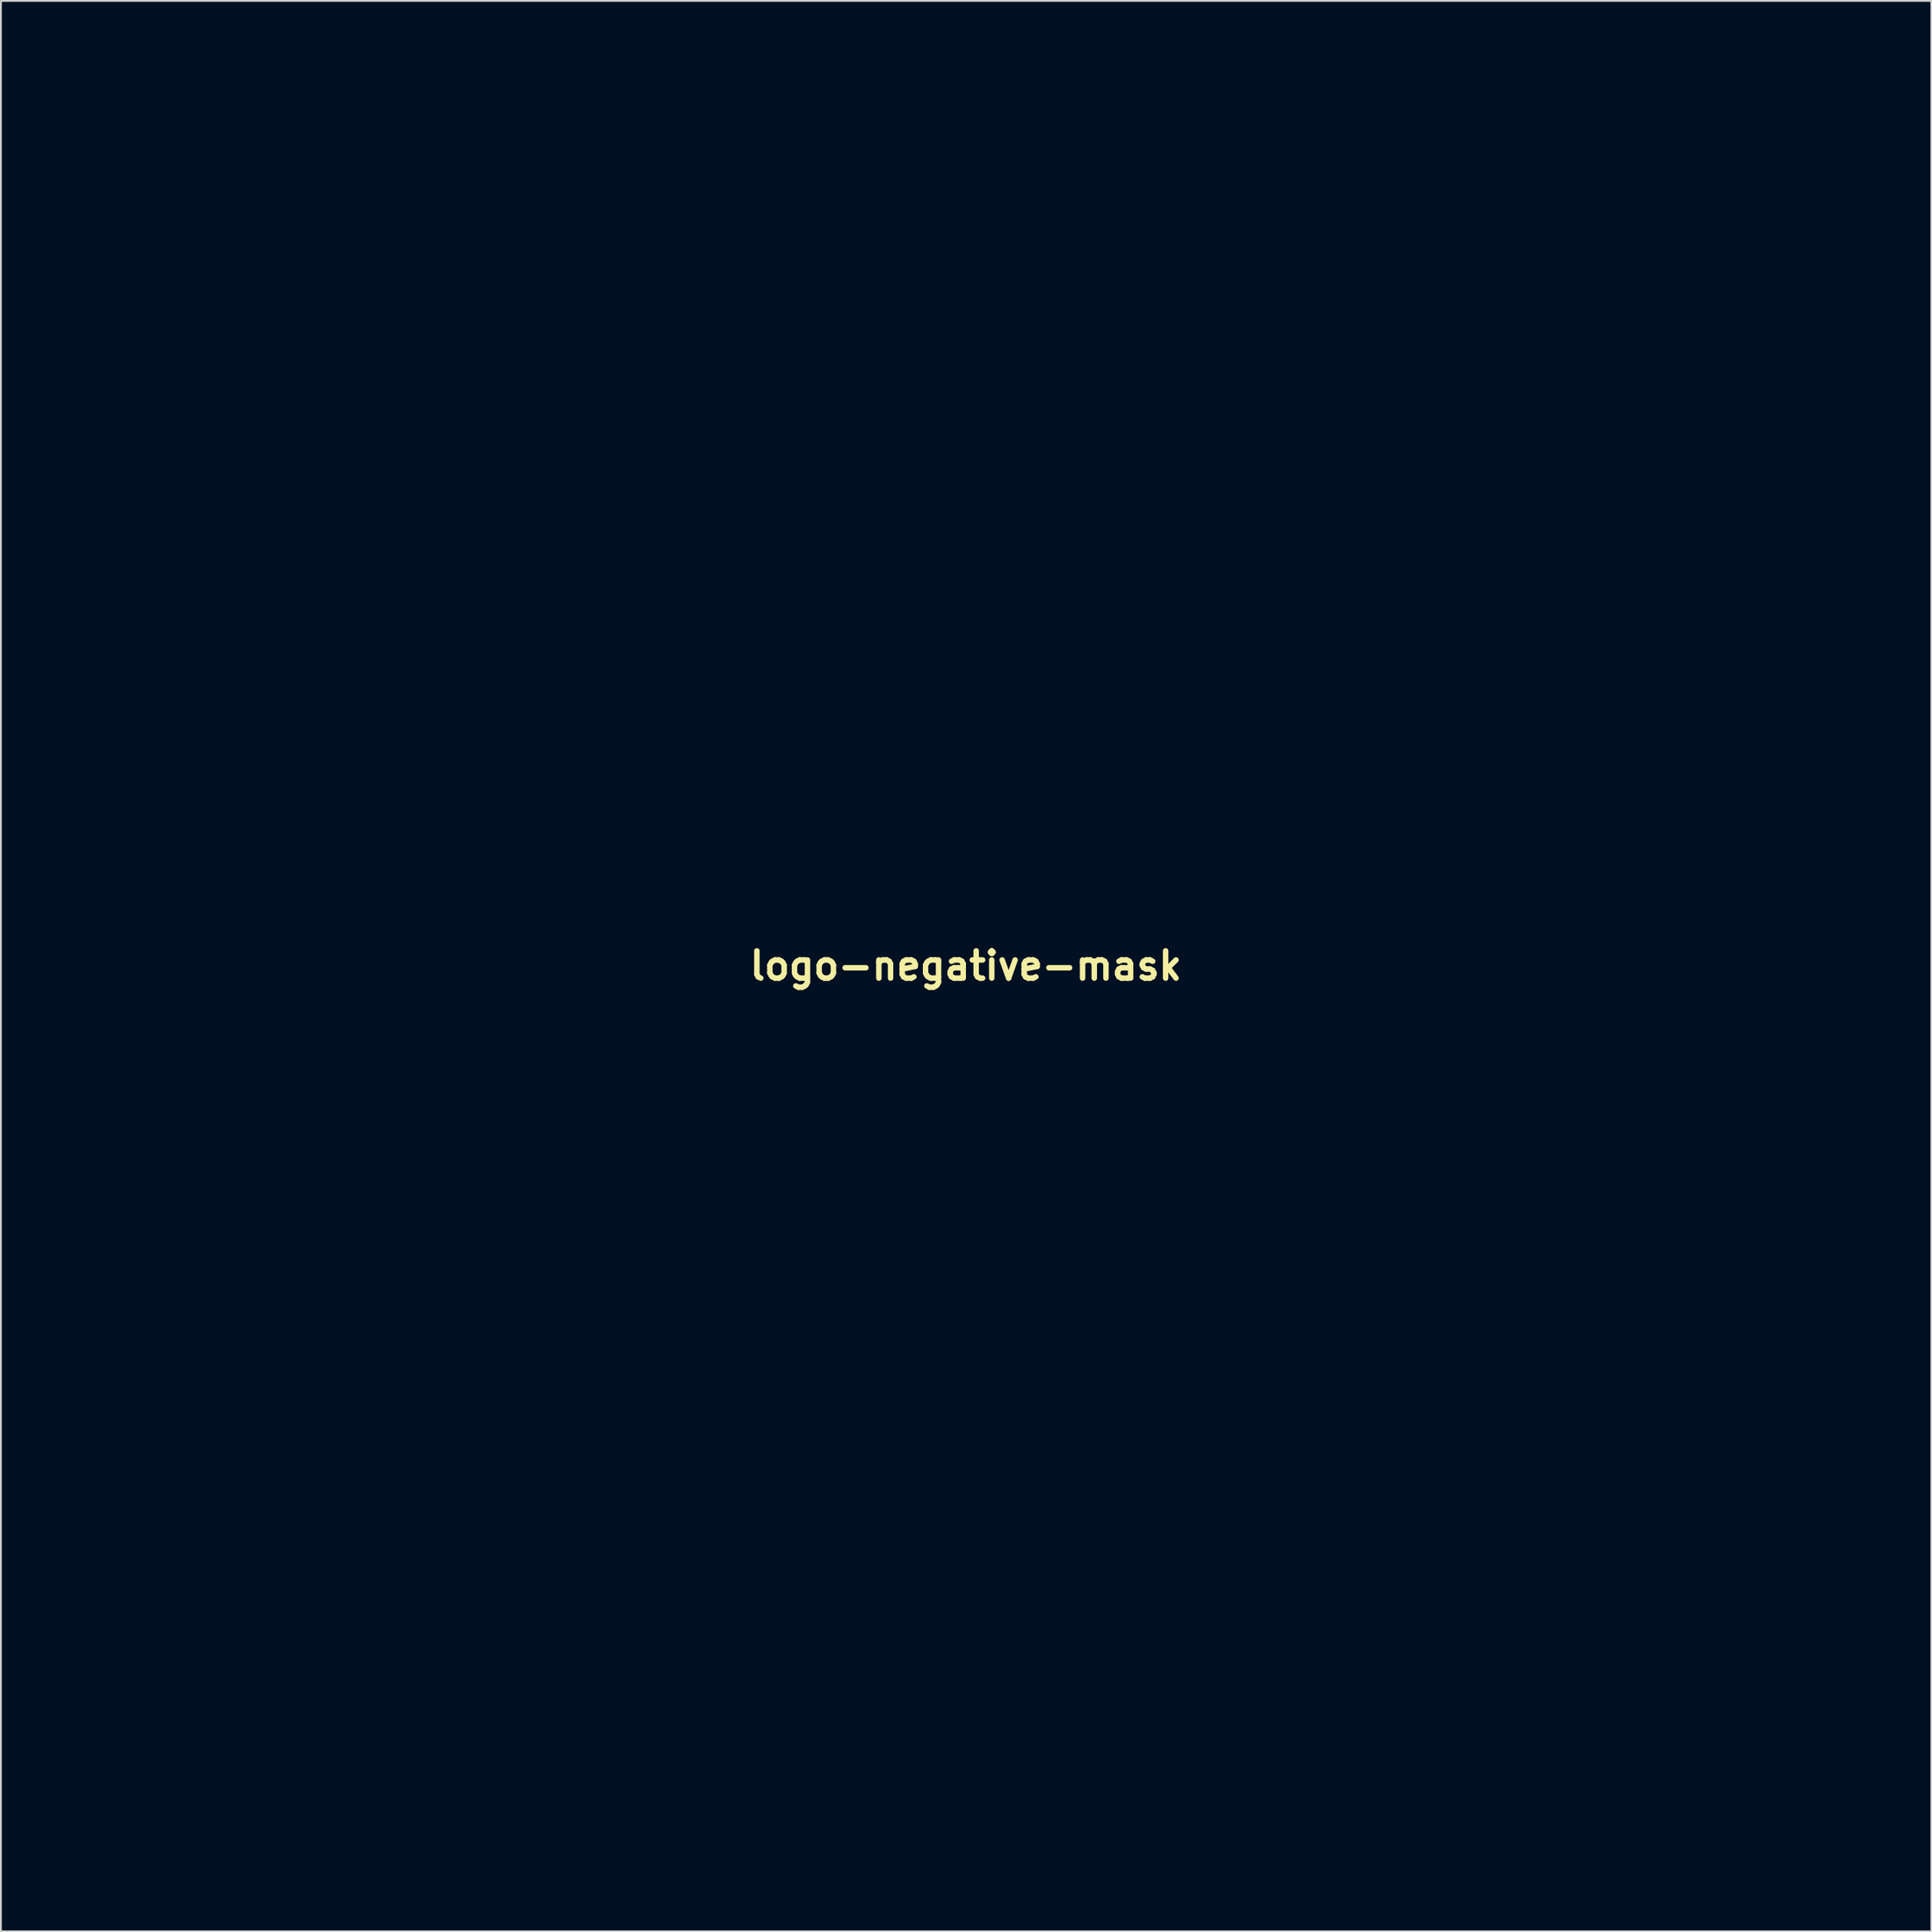
<source format=kicad_pcb>
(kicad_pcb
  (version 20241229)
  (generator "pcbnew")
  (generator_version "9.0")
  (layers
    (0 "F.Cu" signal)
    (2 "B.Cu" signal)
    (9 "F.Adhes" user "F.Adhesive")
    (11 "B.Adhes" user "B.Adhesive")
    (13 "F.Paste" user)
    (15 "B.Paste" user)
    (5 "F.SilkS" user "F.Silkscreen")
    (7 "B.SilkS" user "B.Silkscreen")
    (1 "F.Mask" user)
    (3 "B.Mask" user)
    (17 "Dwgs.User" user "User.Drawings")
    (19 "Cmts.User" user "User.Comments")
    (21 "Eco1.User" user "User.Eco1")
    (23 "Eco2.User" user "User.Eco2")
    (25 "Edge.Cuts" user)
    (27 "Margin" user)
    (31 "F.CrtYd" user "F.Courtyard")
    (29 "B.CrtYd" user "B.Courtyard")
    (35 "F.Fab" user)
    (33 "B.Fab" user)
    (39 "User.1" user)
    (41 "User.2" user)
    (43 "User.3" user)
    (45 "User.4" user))
  (footprint "logo-negative-mask"
    (layer "F.Cu")
    (at 50.114 50.114)
    (property "Reference" "logo-negative-mask" (at 0 0 0) (layer "F.SilkS") (effects (font (size 1.5 1.5) (thickness 0.3))))
    (attr board_only exclude_from_pos_files exclude_from_bom)
    (fp_poly (pts (xy 50.118 3.121) (xy 50.12 3.226) (xy 50.123 3.403) (xy 50.125 3.652) (xy 50.127 3.971) (xy 50.129 4.362) (xy 50.131 4.823) (xy 50.133 5.355) (xy 50.135 5.956) (xy 50.137 6.628) (xy 50.139 7.37) (xy 50.14 8.181) (xy 50.142 9.061) (xy 50.143 10.01) (xy 50.144 11.028) (xy 50.145 12.115) (xy 50.146 13.269) (xy 50.147 14.492) (xy 50.148 15.783) (xy 50.149 17.141) (xy 50.149 18.566) (xy 50.15 20.059) (xy 50.15 21.618) (xy 50.15 23.244) (xy 50.151 24.936) (xy 50.151 26.601) (xy 50.151 50.151) (xy 26.601 50.151) (xy 24.847 50.151) (xy 23.158 50.15) (xy 21.536 50.15) (xy 19.98 50.15) (xy 18.491 50.149) (xy 17.069 50.149) (xy 15.715 50.148) (xy 14.428 50.147) (xy 13.208 50.146) (xy 12.057 50.145) (xy 10.974 50.144) (xy 9.96 50.143) (xy 9.014 50.142) (xy 8.137 50.14) (xy 7.33 50.139) (xy 6.592 50.137) (xy 5.924 50.135) (xy 5.325 50.133) (xy 4.797 50.131) (xy 4.34 50.129) (xy 3.953 50.127) (xy 3.637 50.125) (xy 3.393 50.123) (xy 3.219 50.12) (xy 3.118 50.118) (xy 3.088 50.115) (xy 3.14 50.086) (xy 3.239 50.06) (xy 3.39 50.036) (xy 3.598 50.014) (xy 3.867 49.992) (xy 4.203 49.972) (xy 4.465 49.954) (xy 4.741 49.932) (xy 5.007 49.907) (xy 5.242 49.881) (xy 5.394 49.861) (xy 5.626 49.829) (xy 5.886 49.797) (xy 6.138 49.77) (xy 6.301 49.755) (xy 6.504 49.735) (xy 6.711 49.71) (xy 6.895 49.682) (xy 7.004 49.663) (xy 7.164 49.633) (xy 7.361 49.603) (xy 7.562 49.578) (xy 7.63 49.57) (xy 7.831 49.546) (xy 8.049 49.512) (xy 8.246 49.476) (xy 8.298 49.465) (xy 8.486 49.427) (xy 8.704 49.39) (xy 8.91 49.361) (xy 8.944 49.357) (xy 9.133 49.33) (xy 9.331 49.295) (xy 9.503 49.257) (xy 9.539 49.247) (xy 9.679 49.212) (xy 9.802 49.187) (xy 9.884 49.177) (xy 9.885 49.177) (xy 9.958 49.168) (xy 10.081 49.146) (xy 10.234 49.113) (xy 10.337 49.088) (xy 10.528 49.043) (xy 10.73 48.996) (xy 10.909 48.956) (xy 10.968 48.944) (xy 11.168 48.901) (xy 11.376 48.854) (xy 11.611 48.798) (xy 11.894 48.728) (xy 11.906 48.725) (xy 12.063 48.687) (xy 12.251 48.643) (xy 12.428 48.602) (xy 12.429 48.602) (xy 12.604 48.559) (xy 12.788 48.508) (xy 12.94 48.461) (xy 12.942 48.46) (xy 13.07 48.42) (xy 13.18 48.392) (xy 13.241 48.383) (xy 13.311 48.371) (xy 13.424 48.341) (xy 13.557 48.298) (xy 13.558 48.298) (xy 13.705 48.25) (xy 13.847 48.21) (xy 13.945 48.188) (xy 14.054 48.164) (xy 14.199 48.124) (xy 14.342 48.079) (xy 14.499 48.028) (xy 14.689 47.967) (xy 14.878 47.908) (xy 14.919 47.895) (xy 15.098 47.839) (xy 15.285 47.779) (xy 15.445 47.725) (xy 15.478 47.713) (xy 15.783 47.609) (xy 16.059 47.518) (xy 16.289 47.446) (xy 16.362 47.425) (xy 16.509 47.378) (xy 16.66 47.322) (xy 16.705 47.304) (xy 16.845 47.247) (xy 16.994 47.192) (xy 17.03 47.18) (xy 17.318 47.083) (xy 17.558 46.996) (xy 17.751 46.921) (xy 17.907 46.858) (xy 18.076 46.789) (xy 18.148 46.76) (xy 18.297 46.703) (xy 18.453 46.647) (xy 18.525 46.624) (xy 18.654 46.577) (xy 18.775 46.523) (xy 18.813 46.502) (xy 18.9 46.457) (xy 18.967 46.435) (xy 18.972 46.435) (xy 19.029 46.42) (xy 19.137 46.381) (xy 19.28 46.323) (xy 19.442 46.253) (xy 19.609 46.177) (xy 19.718 46.126) (xy 19.823 46.077) (xy 19.903 46.045) (xy 19.932 46.038) (xy 19.982 46.022) (xy 20.094 45.975) (xy 20.267 45.895) (xy 20.503 45.784) (xy 20.62 45.728) (xy 20.726 45.68) (xy 20.807 45.648) (xy 20.836 45.641) (xy 20.877 45.625) (xy 20.973 45.582) (xy 21.115 45.515) (xy 21.293 45.43) (xy 21.497 45.33) (xy 21.629 45.265) (xy 21.852 45.154) (xy 22.06 45.052) (xy 22.242 44.963) (xy 22.388 44.892) (xy 22.485 44.845) (xy 22.514 44.832) (xy 22.612 44.786) (xy 22.687 44.747) (xy 22.694 44.742) (xy 22.76 44.706) (xy 22.858 44.657) (xy 22.892 44.64) (xy 22.99 44.591) (xy 23.137 44.515) (xy 23.318 44.419) (xy 23.521 44.311) (xy 23.731 44.197) (xy 23.934 44.086) (xy 23.939 44.083) (xy 24.072 44.011) (xy 24.207 43.939) (xy 24.263 43.909) (xy 24.369 43.852) (xy 24.506 43.774) (xy 24.642 43.694) (xy 24.781 43.612) (xy 24.918 43.534) (xy 25.021 43.478) (xy 25.141 43.412) (xy 25.275 43.33) (xy 25.328 43.296) (xy 25.449 43.22) (xy 25.57 43.152) (xy 25.616 43.129) (xy 25.707 43.081) (xy 25.833 43.006) (xy 25.969 42.919) (xy 25.995 42.901) (xy 26.12 42.82) (xy 26.229 42.753) (xy 26.303 42.712) (xy 26.315 42.707) (xy 26.39 42.667) (xy 26.477 42.608) (xy 26.554 42.553) (xy 26.683 42.466) (xy 26.853 42.355) (xy 27.055 42.225) (xy 27.28 42.082) (xy 27.402 42.004) (xy 27.524 41.927) (xy 27.638 41.852) (xy 27.691 41.816) (xy 27.778 41.757) (xy 27.898 41.677) (xy 28.016 41.599) (xy 28.16 41.503) (xy 28.311 41.399) (xy 28.413 41.328) (xy 28.536 41.241) (xy 28.657 41.155) (xy 28.719 41.112) (xy 28.809 41.049) (xy 28.934 40.961) (xy 29.069 40.864) (xy 29.098 40.843) (xy 29.338 40.671) (xy 29.531 40.533) (xy 29.691 40.421) (xy 29.693 40.419) (xy 29.76 40.371) (xy 29.871 40.288) (xy 30.015 40.179) (xy 30.178 40.055) (xy 30.349 39.924) (xy 30.515 39.797) (xy 30.663 39.682) (xy 30.68 39.669) (xy 30.876 39.515) (xy 31.078 39.356) (xy 31.277 39.199) (xy 31.464 39.051) (xy 31.63 38.92) (xy 31.764 38.813) (xy 31.857 38.737) (xy 31.894 38.706) (xy 31.946 38.662) (xy 32.043 38.579) (xy 32.179 38.462) (xy 32.344 38.32) (xy 32.531 38.16) (xy 32.71 38.007) (xy 32.909 37.836) (xy 33.094 37.676) (xy 33.257 37.536) (xy 33.389 37.421) (xy 33.482 37.339) (xy 33.525 37.3) (xy 33.583 37.245) (xy 33.68 37.154) (xy 33.805 37.036) (xy 33.95 36.9) (xy 34.104 36.754) (xy 34.258 36.609) (xy 34.403 36.473) (xy 34.527 36.356) (xy 34.622 36.267) (xy 34.678 36.214) (xy 34.687 36.206) (xy 34.979 35.93) (xy 35.287 35.631) (xy 35.582 35.334) (xy 35.751 35.16) (xy 35.913 34.99) (xy 36.105 34.789) (xy 36.308 34.578) (xy 36.502 34.375) (xy 36.583 34.291) (xy 36.789 34.075) (xy 36.975 33.878) (xy 37.15 33.689) (xy 37.324 33.496) (xy 37.508 33.288) (xy 37.712 33.054) (xy 37.946 32.782) (xy 38.089 32.616) (xy 38.248 32.43) (xy 38.395 32.257) (xy 38.523 32.108) (xy 38.624 31.99) (xy 38.689 31.914) (xy 38.706 31.894) (xy 38.754 31.837) (xy 38.837 31.733) (xy 38.947 31.595) (xy 39.076 31.433) (xy 39.213 31.259) (xy 39.351 31.084) (xy 39.481 30.919) (xy 39.594 30.774) (xy 39.648 30.704) (xy 39.738 30.588) (xy 39.847 30.448) (xy 39.938 30.331) (xy 40.065 30.166) (xy 40.213 29.97) (xy 40.363 29.767) (xy 40.498 29.581) (xy 40.573 29.477) (xy 40.656 29.359) (xy 40.743 29.237) (xy 40.752 29.224) (xy 40.836 29.106) (xy 40.922 28.985) (xy 40.931 28.972) (xy 40.99 28.888) (xy 41.078 28.764) (xy 41.179 28.622) (xy 41.238 28.539) (xy 41.349 28.38) (xy 41.464 28.214) (xy 41.563 28.068) (xy 41.598 28.016) (xy 41.682 27.889) (xy 41.762 27.77) (xy 41.816 27.691) (xy 41.881 27.594) (xy 41.959 27.473) (xy 41.992 27.42) (xy 42.065 27.303) (xy 42.136 27.192) (xy 42.162 27.153) (xy 42.244 27.027) (xy 42.351 26.862) (xy 42.468 26.677) (xy 42.583 26.496) (xy 42.682 26.338) (xy 42.725 26.269) (xy 42.804 26.139) (xy 42.883 26.013) (xy 42.926 25.944) (xy 42.995 25.831) (xy 43.072 25.699) (xy 43.098 25.653) (xy 43.173 25.524) (xy 43.26 25.379) (xy 43.303 25.31) (xy 43.359 25.219) (xy 43.412 25.132) (xy 43.467 25.038) (xy 43.534 24.923) (xy 43.617 24.775) (xy 43.726 24.581) (xy 43.783 24.479) (xy 44.001 24.085) (xy 44.188 23.742) (xy 44.35 23.439) (xy 44.492 23.165) (xy 44.557 23.037) (xy 44.636 22.881) (xy 44.708 22.741) (xy 44.765 22.634) (xy 44.792 22.586) (xy 44.843 22.489) (xy 44.896 22.376) (xy 44.899 22.369) (xy 44.944 22.271) (xy 44.984 22.196) (xy 44.988 22.189) (xy 45.016 22.137) (xy 45.067 22.034) (xy 45.135 21.894) (xy 45.213 21.731) (xy 45.226 21.702) (xy 45.377 21.382) (xy 45.501 21.118) (xy 45.602 20.902) (xy 45.685 20.723) (xy 45.753 20.573) (xy 45.811 20.443) (xy 45.864 20.324) (xy 45.914 20.206) (xy 45.946 20.132) (xy 46.013 19.977) (xy 46.079 19.831) (xy 46.133 19.719) (xy 46.147 19.692) (xy 46.192 19.598) (xy 46.216 19.525) (xy 46.218 19.512) (xy 46.233 19.457) (xy 46.273 19.36) (xy 46.326 19.248) (xy 46.381 19.131) (xy 46.42 19.036) (xy 46.434 18.985) (xy 46.45 18.923) (xy 46.489 18.834) (xy 46.495 18.823) (xy 46.551 18.701) (xy 46.624 18.519) (xy 46.712 18.286) (xy 46.799 18.04) (xy 46.844 17.918) (xy 46.886 17.817) (xy 46.907 17.774) (xy 46.944 17.692) (xy 47.002 17.541) (xy 47.08 17.32) (xy 47.173 17.048) (xy 47.225 16.902) (xy 47.284 16.752) (xy 47.304 16.705) (xy 47.358 16.565) (xy 47.411 16.411) (xy 47.425 16.362) (xy 47.488 16.153) (xy 47.572 15.893) (xy 47.672 15.597) (xy 47.713 15.478) (xy 47.773 15.301) (xy 47.843 15.085) (xy 47.924 14.821) (xy 48.02 14.501) (xy 48.094 14.251) (xy 48.152 14.056) (xy 48.214 13.848) (xy 48.271 13.66) (xy 48.295 13.584) (xy 48.336 13.442) (xy 48.367 13.322) (xy 48.382 13.243) (xy 48.383 13.231) (xy 48.394 13.165) (xy 48.424 13.056) (xy 48.46 12.942) (xy 48.507 12.791) (xy 48.558 12.608) (xy 48.601 12.432) (xy 48.602 12.429) (xy 48.642 12.255) (xy 48.685 12.071) (xy 48.722 11.918) (xy 48.723 11.915) (xy 48.798 11.614) (xy 48.858 11.362) (xy 48.908 11.139) (xy 48.944 10.968) (xy 48.979 10.808) (xy 49.023 10.611) (xy 49.07 10.411) (xy 49.088 10.337) (xy 49.126 10.173) (xy 49.156 10.025) (xy 49.173 9.914) (xy 49.177 9.873) (xy 49.185 9.794) (xy 49.207 9.666) (xy 49.24 9.51) (xy 49.264 9.404) (xy 49.305 9.218) (xy 49.342 9.029) (xy 49.368 8.865) (xy 49.376 8.803) (xy 49.397 8.647) (xy 49.43 8.461) (xy 49.466 8.284) (xy 49.467 8.28) (xy 49.502 8.108) (xy 49.536 7.9) (xy 49.564 7.694) (xy 49.571 7.63) (xy 49.593 7.437) (xy 49.622 7.234) (xy 49.652 7.057) (xy 49.663 7.004) (xy 49.689 6.857) (xy 49.716 6.665) (xy 49.74 6.456) (xy 49.755 6.301) (xy 49.776 6.079) (xy 49.805 5.822) (xy 49.837 5.565) (xy 49.861 5.394) (xy 49.886 5.201) (xy 49.912 4.958) (xy 49.937 4.688) (xy 49.958 4.413) (xy 49.972 4.203) (xy 49.992 3.867) (xy 50.014 3.597) (xy 50.036 3.39) (xy 50.06 3.239) (xy 50.086 3.14) (xy 50.115 3.088)) (stroke (width 0) (type solid)) (fill yes) (layer "F.Mask"))
    (fp_poly (pts (xy -24.808 -50.114) (xy -23.105 -50.114) (xy -21.473 -50.114) (xy -19.913 -50.114) (xy -18.423 -50.113) (xy -17.005 -50.113) (xy -15.657 -50.112) (xy -14.379 -50.111) (xy -13.172 -50.11) (xy -12.034 -50.109) (xy -10.965 -50.108) (xy -9.966 -50.107) (xy -9.036 -50.106) (xy -8.174 -50.104) (xy -7.381 -50.103) (xy -6.656 -50.101) (xy -5.999 -50.099) (xy -5.409 -50.098) (xy -4.887 -50.096) (xy -4.432 -50.094) (xy -4.043 -50.091) (xy -3.722 -50.089) (xy -3.466 -50.087) (xy -3.276 -50.084) (xy -3.153 -50.082) (xy -3.094 -50.079) (xy -3.089 -50.078) (xy -3.137 -50.051) (xy -3.231 -50.027) (xy -3.376 -50.003) (xy -3.575 -49.98) (xy -3.834 -49.956) (xy -4.157 -49.932) (xy -4.384 -49.916) (xy -4.642 -49.898) (xy -4.894 -49.878) (xy -5.126 -49.857) (xy -5.322 -49.836) (xy -5.466 -49.817) (xy -5.502 -49.811) (xy -5.653 -49.788) (xy -5.851 -49.763) (xy -6.069 -49.74) (xy -6.278 -49.72) (xy -6.481 -49.701) (xy -6.68 -49.678) (xy -6.852 -49.653) (xy -6.976 -49.631) (xy -6.981 -49.629) (xy -7.114 -49.603) (xy -7.29 -49.575) (xy -7.48 -49.548) (xy -7.577 -49.537) (xy -7.775 -49.512) (xy -7.985 -49.478) (xy -8.172 -49.443) (xy -8.239 -49.428) (xy -8.419 -49.39) (xy -8.616 -49.358) (xy -8.78 -49.337) (xy -8.958 -49.314) (xy -9.156 -49.278) (xy -9.294 -49.245) (xy -9.462 -49.206) (xy -9.66 -49.168) (xy -9.846 -49.139) (xy -9.853 -49.138) (xy -10.03 -49.111) (xy -10.212 -49.075) (xy -10.363 -49.037) (xy -10.374 -49.034) (xy -10.537 -48.991) (xy -10.715 -48.955) (xy -10.807 -48.941) (xy -10.951 -48.916) (xy -11.127 -48.877) (xy -11.298 -48.832) (xy -11.308 -48.829) (xy -11.452 -48.789) (xy -11.579 -48.759) (xy -11.664 -48.744) (xy -11.676 -48.743) (xy -11.749 -48.733) (xy -11.867 -48.705) (xy -12.008 -48.666) (xy -12.04 -48.656) (xy -12.198 -48.611) (xy -12.353 -48.571) (xy -12.474 -48.546) (xy -12.484 -48.544) (xy -12.62 -48.515) (xy -12.771 -48.47) (xy -12.823 -48.452) (xy -12.966 -48.406) (xy -13.116 -48.37) (xy -13.165 -48.361) (xy -13.304 -48.333) (xy -13.456 -48.29) (xy -13.512 -48.272) (xy -13.647 -48.228) (xy -13.812 -48.181) (xy -13.937 -48.15) (xy -14.078 -48.114) (xy -14.204 -48.075) (xy -14.281 -48.043) (xy -14.385 -48.003) (xy -14.508 -47.971) (xy -14.523 -47.969) (xy -14.634 -47.944) (xy -14.778 -47.903) (xy -14.901 -47.863) (xy -15.126 -47.783) (xy -15.3 -47.723) (xy -15.441 -47.675) (xy -15.566 -47.635) (xy -15.693 -47.596) (xy -15.785 -47.569) (xy -16.018 -47.498) (xy -16.243 -47.425) (xy -16.442 -47.355) (xy -16.601 -47.294) (xy -16.693 -47.253) (xy -16.803 -47.208) (xy -16.921 -47.174) (xy -17.039 -47.141) (xy -17.168 -47.093) (xy -17.193 -47.082) (xy -17.312 -47.034) (xy -17.424 -46.997) (xy -17.446 -46.991) (xy -17.544 -46.959) (xy -17.665 -46.908) (xy -17.715 -46.885) (xy -17.84 -46.83) (xy -17.962 -46.787) (xy -18.001 -46.777) (xy -18.109 -46.744) (xy -18.236 -46.689) (xy -18.286 -46.665) (xy -18.388 -46.615) (xy -18.469 -46.584) (xy -18.494 -46.579) (xy -18.551 -46.563) (xy -18.645 -46.522) (xy -18.711 -46.488) (xy -18.816 -46.437) (xy -18.9 -46.405) (xy -18.93 -46.398) (xy -18.989 -46.383) (xy -19.085 -46.343) (xy -19.158 -46.308) (xy -19.266 -46.258) (xy -19.352 -46.225) (xy -19.384 -46.218) (xy -19.442 -46.203) (xy -19.539 -46.165) (xy -19.611 -46.132) (xy -19.884 -46.003) (xy -20.1 -45.905) (xy -20.256 -45.837) (xy -20.349 -45.803) (xy -20.442 -45.768) (xy -20.552 -45.718) (xy -20.565 -45.712) (xy -20.675 -45.658) (xy -20.84 -45.579) (xy -21.052 -45.48) (xy -21.299 -45.365) (xy -21.467 -45.288) (xy -21.592 -45.23) (xy -21.703 -45.176) (xy -21.756 -45.149) (xy -21.852 -45.101) (xy -21.965 -45.049) (xy -21.972 -45.045) (xy -22.077 -44.996) (xy -22.164 -44.952) (xy -22.171 -44.948) (xy -22.257 -44.902) (xy -22.351 -44.856) (xy -22.472 -44.798) (xy -22.594 -44.734) (xy -22.649 -44.703) (xy -22.724 -44.665) (xy -22.825 -44.618) (xy -22.838 -44.612) (xy -22.937 -44.564) (xy -23.067 -44.496) (xy -23.181 -44.432) (xy -23.306 -44.362) (xy -23.418 -44.304) (xy -23.488 -44.27) (xy -23.587 -44.224) (xy -23.65 -44.19) (xy -23.746 -44.134) (xy -23.884 -44.057) (xy -24.041 -43.971) (xy -24.196 -43.887) (xy -24.245 -43.861) (xy -24.375 -43.791) (xy -24.551 -43.692) (xy -24.759 -43.573) (xy -24.984 -43.444) (xy -25.212 -43.311) (xy -25.426 -43.185) (xy -25.612 -43.074) (xy -25.725 -43.005) (xy -25.79 -42.967) (xy -25.886 -42.914) (xy -25.914 -42.898) (xy -26.009 -42.843) (xy -26.139 -42.763) (xy -26.279 -42.673) (xy -26.311 -42.652) (xy -26.466 -42.55) (xy -26.649 -42.43) (xy -26.827 -42.313) (xy -26.879 -42.279) (xy -27.051 -42.168) (xy -27.24 -42.045) (xy -27.411 -41.933) (xy -27.457 -41.903) (xy -27.59 -41.818) (xy -27.71 -41.743) (xy -27.798 -41.691) (xy -27.817 -41.681) (xy -27.901 -41.631) (xy -28.007 -41.559) (xy -28.052 -41.526) (xy -28.169 -41.439) (xy -28.289 -41.352) (xy -28.322 -41.328) (xy -28.423 -41.257) (xy -28.549 -41.168) (xy -28.639 -41.104) (xy -28.763 -41.015) (xy -28.916 -40.907) (xy -29.067 -40.8) (xy -29.085 -40.788) (xy -29.218 -40.694) (xy -29.343 -40.605) (xy -29.438 -40.538) (xy -29.454 -40.526) (xy -29.558 -40.453) (xy -29.678 -40.372) (xy -29.712 -40.349) (xy -29.814 -40.277) (xy -29.943 -40.18) (xy -30.071 -40.077) (xy -30.072 -40.077) (xy -30.198 -39.974) (xy -30.289 -39.9) (xy -30.369 -39.837) (xy -30.459 -39.769) (xy -30.58 -39.678) (xy -30.614 -39.653) (xy -30.741 -39.556) (xy -30.898 -39.433) (xy -31.057 -39.305) (xy -31.119 -39.255) (xy -31.282 -39.123) (xy -31.465 -38.979) (xy -31.635 -38.848) (xy -31.684 -38.812) (xy -31.818 -38.709) (xy -31.943 -38.609) (xy -32.037 -38.529) (xy -32.063 -38.505) (xy -32.12 -38.452) (xy -32.223 -38.361) (xy -32.362 -38.241) (xy -32.526 -38.099) (xy -32.708 -37.944) (xy -32.778 -37.884) (xy -33.001 -37.695) (xy -33.181 -37.541) (xy -33.332 -37.41) (xy -33.466 -37.292) (xy -33.597 -37.174) (xy -33.737 -37.045) (xy -33.898 -36.894) (xy -34.023 -36.777) (xy -34.456 -36.369) (xy -34.848 -35.993) (xy -35.213 -35.636) (xy -35.566 -35.285) (xy -35.919 -34.924) (xy -36.288 -34.54) (xy -36.687 -34.119) (xy -36.763 -34.039) (xy -36.918 -33.872) (xy -37.05 -33.731) (xy -37.168 -33.601) (xy -37.283 -33.473) (xy -37.405 -33.334) (xy -37.545 -33.173) (xy -37.712 -32.977) (xy -37.866 -32.796) (xy -38.027 -32.609) (xy -38.178 -32.434) (xy -38.311 -32.281) (xy -38.417 -32.16) (xy -38.489 -32.08) (xy -38.508 -32.059) (xy -38.588 -31.971) (xy -38.685 -31.855) (xy -38.752 -31.771) (xy -38.849 -31.645) (xy -38.964 -31.496) (xy -39.064 -31.368) (xy -39.172 -31.231) (xy -39.318 -31.045) (xy -39.494 -30.821) (xy -39.693 -30.568) (xy -39.909 -30.293) (xy -40.023 -30.148) (xy -40.131 -30.007) (xy -40.244 -29.854) (xy -40.33 -29.734) (xy -40.415 -29.611) (xy -40.497 -29.494) (xy -40.545 -29.427) (xy -40.622 -29.32) (xy -40.704 -29.203) (xy -40.715 -29.188) (xy -40.794 -29.078) (xy -40.884 -28.954) (xy -40.91 -28.918) (xy -40.978 -28.824) (xy -41.072 -28.692) (xy -41.176 -28.545) (xy -41.227 -28.473) (xy -41.325 -28.333) (xy -41.415 -28.205) (xy -41.484 -28.107) (xy -41.51 -28.072) (xy -41.565 -27.994) (xy -41.62 -27.913) (xy -41.682 -27.82) (xy -41.758 -27.701) (xy -41.856 -27.544) (xy -41.984 -27.339) (xy -41.99 -27.33) (xy -42.067 -27.209) (xy -42.142 -27.094) (xy -42.178 -27.042) (xy -42.238 -26.951) (xy -42.316 -26.83) (xy -42.375 -26.735) (xy -42.454 -26.61) (xy -42.529 -26.493) (xy -42.573 -26.428) (xy -42.686 -26.259) (xy -42.809 -26.062) (xy -42.946 -25.833) (xy -43.018 -25.711) (xy -43.078 -25.61) (xy -43.115 -25.548) (xy -43.117 -25.544) (xy -43.154 -25.482) (xy -43.21 -25.385) (xy -43.243 -25.328) (xy -43.315 -25.204) (xy -43.402 -25.058) (xy -43.457 -24.967) (xy -43.536 -24.834) (xy -43.612 -24.7) (xy -43.653 -24.624) (xy -43.712 -24.515) (xy -43.788 -24.376) (xy -43.852 -24.263) (xy -43.93 -24.127) (xy -44.005 -23.991) (xy -44.051 -23.903) (xy -44.098 -23.814) (xy -44.169 -23.68) (xy -44.255 -23.519) (xy -44.339 -23.362) (xy -44.441 -23.17) (xy -44.547 -22.965) (xy -44.644 -22.774) (xy -44.702 -22.658) (xy -44.772 -22.515) (xy -44.834 -22.39) (xy -44.879 -22.302) (xy -44.892 -22.279) (xy -44.933 -22.201) (xy -44.985 -22.094) (xy -44.999 -22.063) (xy -45.049 -21.96) (xy -45.092 -21.88) (xy -45.101 -21.864) (xy -45.139 -21.796) (xy -45.185 -21.699) (xy -45.192 -21.684) (xy -45.239 -21.579) (xy -45.3 -21.445) (xy -45.34 -21.359) (xy -45.467 -21.085) (xy -45.568 -20.869) (xy -45.645 -20.702) (xy -45.702 -20.578) (xy -45.716 -20.547) (xy -45.765 -20.439) (xy -45.83 -20.297) (xy -45.891 -20.162) (xy -45.945 -20.04) (xy -45.985 -19.945) (xy -46.002 -19.893) (xy -46.003 -19.891) (xy -46.018 -19.846) (xy -46.058 -19.756) (xy -46.111 -19.646) (xy -46.166 -19.53) (xy -46.204 -19.436) (xy -46.218 -19.387) (xy -46.234 -19.332) (xy -46.275 -19.239) (xy -46.308 -19.173) (xy -46.36 -19.066) (xy -46.392 -18.978) (xy -46.398 -18.945) (xy -46.416 -18.877) (xy -46.461 -18.786) (xy -46.468 -18.773) (xy -46.521 -18.668) (xy -46.573 -18.535) (xy -46.592 -18.479) (xy -46.634 -18.356) (xy -46.679 -18.25) (xy -46.699 -18.214) (xy -46.744 -18.118) (xy -46.778 -18.005) (xy -46.778 -18.004) (xy -46.813 -17.88) (xy -46.86 -17.769) (xy -46.914 -17.651) (xy -46.985 -17.472) (xy -47.07 -17.241) (xy -47.165 -16.968) (xy -47.175 -16.939) (xy -47.23 -16.78) (xy -47.298 -16.59) (xy -47.364 -16.407) (xy -47.374 -16.38) (xy -47.436 -16.204) (xy -47.498 -16.018) (xy -47.547 -15.857) (xy -47.554 -15.833) (xy -47.596 -15.693) (xy -47.64 -15.567) (xy -47.672 -15.49) (xy -47.71 -15.394) (xy -47.749 -15.265) (xy -47.765 -15.197) (xy -47.799 -15.064) (xy -47.841 -14.943) (xy -47.861 -14.898) (xy -47.899 -14.801) (xy -47.936 -14.669) (xy -47.954 -14.585) (xy -47.985 -14.452) (xy -48.021 -14.333) (xy -48.043 -14.281) (xy -48.078 -14.194) (xy -48.117 -14.066) (xy -48.15 -13.937) (xy -48.19 -13.778) (xy -48.237 -13.616) (xy -48.272 -13.512) (xy -48.316 -13.368) (xy -48.352 -13.217) (xy -48.361 -13.165) (xy -48.39 -13.027) (xy -48.434 -12.874) (xy -48.452 -12.823) (xy -48.498 -12.681) (xy -48.535 -12.532) (xy -48.544 -12.484) (xy -48.567 -12.368) (xy -48.606 -12.216) (xy -48.651 -12.056) (xy -48.656 -12.04) (xy -48.698 -11.897) (xy -48.728 -11.772) (xy -48.743 -11.687) (xy -48.743 -11.676) (xy -48.754 -11.604) (xy -48.78 -11.486) (xy -48.818 -11.344) (xy -48.829 -11.308) (xy -48.874 -11.139) (xy -48.914 -10.962) (xy -48.94 -10.815) (xy -48.941 -10.807) (xy -48.968 -10.645) (xy -49.008 -10.467) (xy -49.033 -10.374) (xy -49.072 -10.227) (xy -49.109 -10.046) (xy -49.139 -9.869) (xy -49.14 -9.859) (xy -49.166 -9.692) (xy -49.197 -9.529) (xy -49.228 -9.402) (xy -49.232 -9.39) (xy -49.258 -9.284) (xy -49.288 -9.128) (xy -49.318 -8.946) (xy -49.34 -8.793) (xy -49.365 -8.617) (xy -49.391 -8.458) (xy -49.415 -8.337) (xy -49.431 -8.274) (xy -49.449 -8.204) (xy -49.471 -8.078) (xy -49.495 -7.915) (xy -49.518 -7.731) (xy -49.521 -7.707) (xy -49.546 -7.503) (xy -49.575 -7.299) (xy -49.604 -7.12) (xy -49.628 -6.992) (xy -49.652 -6.858) (xy -49.678 -6.677) (xy -49.702 -6.473) (xy -49.719 -6.289) (xy -49.739 -6.076) (xy -49.763 -5.855) (xy -49.789 -5.654) (xy -49.81 -5.52) (xy -49.828 -5.392) (xy -49.848 -5.208) (xy -49.87 -4.982) (xy -49.891 -4.732) (xy -49.91 -4.472) (xy -49.916 -4.384) (xy -49.942 -4.019) (xy -49.966 -3.722) (xy -49.989 -3.488) (xy -50.012 -3.312) (xy -50.036 -3.188) (xy -50.062 -3.113) (xy -50.078 -3.089) (xy -50.081 -3.119) (xy -50.083 -3.214) (xy -50.086 -3.375) (xy -50.088 -3.601) (xy -50.091 -3.894) (xy -50.093 -4.253) (xy -50.095 -4.679) (xy -50.097 -5.172) (xy -50.099 -5.732) (xy -50.1 -6.359) (xy -50.102 -7.054) (xy -50.104 -7.817) (xy -50.105 -8.649) (xy -50.107 -9.549) (xy -50.108 -10.518) (xy -50.109 -11.556) (xy -50.11 -12.663) (xy -50.111 -13.84) (xy -50.112 -15.087) (xy -50.112 -16.404) (xy -50.113 -17.791) (xy -50.113 -19.25) (xy -50.114 -20.779) (xy -50.114 -22.379) (xy -50.114 -24.051) (xy -50.114 -25.795) (xy -50.114 -26.583) (xy -50.114 -50.114) (xy -26.583 -50.114)) (stroke (width 0) (type solid)) (fill yes) (layer "F.Mask"))
    (fp_poly (pts (xy 50.151 -26.547) (xy 50.151 -24.842) (xy 50.15 -23.209) (xy 50.15 -21.646) (xy 50.15 -20.152) (xy 50.15 -18.727) (xy 50.149 -17.371) (xy 50.149 -16.081) (xy 50.148 -14.858) (xy 50.147 -13.7) (xy 50.146 -12.607) (xy 50.145 -11.578) (xy 50.144 -10.612) (xy 50.143 -9.708) (xy 50.142 -8.865) (xy 50.141 -8.083) (xy 50.14 -7.361) (xy 50.138 -6.697) (xy 50.136 -6.091) (xy 50.135 -5.543) (xy 50.133 -5.051) (xy 50.131 -4.614) (xy 50.129 -4.232) (xy 50.127 -3.904) (xy 50.125 -3.629) (xy 50.122 -3.406) (xy 50.12 -3.234) (xy 50.117 -3.113) (xy 50.115 -3.042) (xy 50.112 -3.019) (xy 50.112 -3.019) (xy 50.081 -3.066) (xy 50.055 -3.145) (xy 50.033 -3.264) (xy 50.013 -3.431) (xy 49.994 -3.653) (xy 49.976 -3.937) (xy 49.97 -4.041) (xy 49.953 -4.303) (xy 49.931 -4.581) (xy 49.905 -4.852) (xy 49.879 -5.091) (xy 49.861 -5.232) (xy 49.83 -5.467) (xy 49.798 -5.731) (xy 49.77 -5.988) (xy 49.753 -6.17) (xy 49.733 -6.368) (xy 49.709 -6.563) (xy 49.684 -6.731) (xy 49.664 -6.838) (xy 49.639 -6.969) (xy 49.611 -7.144) (xy 49.586 -7.337) (xy 49.573 -7.451) (xy 49.55 -7.639) (xy 49.523 -7.825) (xy 49.495 -7.982) (xy 49.48 -8.054) (xy 49.453 -8.179) (xy 49.422 -8.349) (xy 49.392 -8.539) (xy 49.375 -8.661) (xy 49.348 -8.846) (xy 49.317 -9.023) (xy 49.287 -9.17) (xy 49.269 -9.241) (xy 49.238 -9.366) (xy 49.206 -9.53) (xy 49.179 -9.699) (xy 49.177 -9.716) (xy 49.148 -9.895) (xy 49.11 -10.084) (xy 49.071 -10.243) (xy 49.07 -10.247) (xy 49.027 -10.414) (xy 48.986 -10.605) (xy 48.964 -10.736) (xy 48.935 -10.892) (xy 48.9 -11.044) (xy 48.87 -11.147) (xy 48.835 -11.269) (xy 48.799 -11.423) (xy 48.778 -11.54) (xy 48.745 -11.71) (xy 48.7 -11.891) (xy 48.67 -11.995) (xy 48.622 -12.159) (xy 48.573 -12.338) (xy 48.551 -12.429) (xy 48.486 -12.703) (xy 48.422 -12.955) (xy 48.364 -13.168) (xy 48.321 -13.313) (xy 48.279 -13.451) (xy 48.239 -13.59) (xy 48.231 -13.62) (xy 48.192 -13.766) (xy 48.14 -13.948) (xy 48.082 -14.147) (xy 48.024 -14.341) (xy 47.972 -14.51) (xy 47.932 -14.634) (xy 47.927 -14.648) (xy 47.886 -14.773) (xy 47.838 -14.929) (xy 47.803 -15.045) (xy 47.681 -15.447) (xy 47.554 -15.82) (xy 47.496 -15.975) (xy 47.451 -16.1) (xy 47.419 -16.206) (xy 47.409 -16.265) (xy 47.393 -16.335) (xy 47.353 -16.435) (xy 47.335 -16.472) (xy 47.278 -16.603) (xy 47.228 -16.748) (xy 47.221 -16.777) (xy 47.18 -16.91) (xy 47.123 -17.059) (xy 47.096 -17.12) (xy 47.049 -17.23) (xy 47.019 -17.318) (xy 47.012 -17.352) (xy 46.997 -17.415) (xy 46.96 -17.511) (xy 46.942 -17.55) (xy 46.888 -17.672) (xy 46.83 -17.819) (xy 46.801 -17.895) (xy 46.697 -18.182) (xy 46.613 -18.404) (xy 46.546 -18.567) (xy 46.496 -18.676) (xy 46.495 -18.678) (xy 46.454 -18.768) (xy 46.434 -18.836) (xy 46.433 -18.841) (xy 46.417 -18.895) (xy 46.377 -18.992) (xy 46.325 -19.103) (xy 46.27 -19.222) (xy 46.231 -19.321) (xy 46.218 -19.375) (xy 46.198 -19.446) (xy 46.163 -19.51) (xy 46.116 -19.594) (xy 46.066 -19.708) (xy 46.053 -19.742) (xy 46.006 -19.864) (xy 45.945 -20.01) (xy 45.907 -20.095) (xy 45.835 -20.252) (xy 45.764 -20.407) (xy 45.684 -20.582) (xy 45.585 -20.799) (xy 45.577 -20.818) (xy 45.526 -20.928) (xy 45.455 -21.078) (xy 45.372 -21.255) (xy 45.282 -21.444) (xy 45.193 -21.631) (xy 45.112 -21.801) (xy 45.044 -21.939) (xy 44.999 -22.033) (xy 44.988 -22.054) (xy 44.941 -22.143) (xy 44.921 -22.18) (xy 44.891 -22.239) (xy 44.838 -22.345) (xy 44.772 -22.479) (xy 44.737 -22.55) (xy 44.657 -22.712) (xy 44.556 -22.91) (xy 44.45 -23.114) (xy 44.376 -23.253) (xy 44.287 -23.421) (xy 44.203 -23.581) (xy 44.133 -23.713) (xy 44.091 -23.794) (xy 44.033 -23.904) (xy 43.956 -24.042) (xy 43.89 -24.155) (xy 43.812 -24.292) (xy 43.736 -24.427) (xy 43.689 -24.516) (xy 43.627 -24.634) (xy 43.55 -24.772) (xy 43.511 -24.841) (xy 43.431 -24.979) (xy 43.348 -25.123) (xy 43.314 -25.184) (xy 43.255 -25.283) (xy 43.171 -25.423) (xy 43.074 -25.581) (xy 43.007 -25.689) (xy 42.908 -25.847) (xy 42.814 -26.002) (xy 42.736 -26.131) (xy 42.7 -26.194) (xy 42.621 -26.327) (xy 42.532 -26.471) (xy 42.502 -26.518) (xy 42.424 -26.643) (xy 42.349 -26.768) (xy 42.323 -26.814) (xy 42.269 -26.902) (xy 42.223 -26.961) (xy 42.213 -26.969) (xy 42.173 -27.014) (xy 42.12 -27.096) (xy 42.103 -27.125) (xy 42.061 -27.2) (xy 42.012 -27.282) (xy 41.949 -27.38) (xy 41.868 -27.504) (xy 41.76 -27.664) (xy 41.621 -27.869) (xy 41.546 -27.979) (xy 41.432 -28.145) (xy 41.326 -28.302) (xy 41.237 -28.433) (xy 41.175 -28.525) (xy 41.167 -28.538) (xy 40.983 -28.805) (xy 40.773 -29.09) (xy 40.767 -29.098) (xy 40.689 -29.204) (xy 40.618 -29.303) (xy 40.597 -29.334) (xy 40.529 -29.43) (xy 40.426 -29.572) (xy 40.297 -29.746) (xy 40.151 -29.942) (xy 39.996 -30.146) (xy 39.948 -30.209) (xy 39.822 -30.373) (xy 39.677 -30.564) (xy 39.535 -30.75) (xy 39.475 -30.83) (xy 39.348 -30.994) (xy 39.196 -31.187) (xy 39.039 -31.382) (xy 38.926 -31.521) (xy 38.793 -31.682) (xy 38.659 -31.846) (xy 38.539 -31.993) (xy 38.455 -32.098) (xy 38.355 -32.22) (xy 38.256 -32.336) (xy 38.181 -32.417) (xy 38.119 -32.485) (xy 38.023 -32.593) (xy 37.903 -32.73) (xy 37.774 -32.881) (xy 37.738 -32.923) (xy 37.337 -33.382) (xy 36.881 -33.881) (xy 36.371 -34.421) (xy 35.806 -35.001) (xy 35.184 -35.622) (xy 34.506 -36.287) (xy 34.384 -36.404) (xy 34.312 -36.474) (xy 34.245 -36.538) (xy 34.175 -36.604) (xy 34.092 -36.68) (xy 33.99 -36.773) (xy 33.858 -36.892) (xy 33.689 -37.045) (xy 33.5 -37.215) (xy 33.369 -37.332) (xy 33.207 -37.475) (xy 33.028 -37.633) (xy 32.843 -37.796) (xy 32.664 -37.952) (xy 32.502 -38.093) (xy 32.37 -38.208) (xy 32.279 -38.285) (xy 32.275 -38.288) (xy 32.215 -38.338) (xy 32.116 -38.419) (xy 31.994 -38.519) (xy 31.93 -38.57) (xy 31.801 -38.676) (xy 31.682 -38.773) (xy 31.592 -38.847) (xy 31.566 -38.869) (xy 31.455 -38.96) (xy 31.305 -39.08) (xy 31.132 -39.218) (xy 30.953 -39.358) (xy 30.786 -39.488) (xy 30.649 -39.593) (xy 30.605 -39.626) (xy 30.509 -39.699) (xy 30.382 -39.797) (xy 30.25 -39.899) (xy 30.237 -39.909) (xy 30.117 -39.999) (xy 30.01 -40.073) (xy 29.934 -40.118) (xy 29.924 -40.122) (xy 29.81 -40.134) (xy 29.658 -40.095) (xy 29.491 -40.02) (xy 29.387 -39.968) (xy 29.219 -39.887) (xy 28.989 -39.777) (xy 28.697 -39.638) (xy 28.345 -39.472) (xy 28.304 -39.453) (xy 28.212 -39.409) (xy 28.07 -39.341) (xy 27.892 -39.256) (xy 27.693 -39.161) (xy 27.529 -39.082) (xy 27.313 -38.978) (xy 27.096 -38.875) (xy 26.896 -38.78) (xy 26.73 -38.702) (xy 26.645 -38.662) (xy 26.508 -38.597) (xy 26.392 -38.541) (xy 26.316 -38.502) (xy 26.302 -38.494) (xy 26.234 -38.457) (xy 26.136 -38.411) (xy 26.122 -38.404) (xy 25.993 -38.347) (xy 25.848 -38.279) (xy 25.703 -38.211) (xy 25.579 -38.151) (xy 25.493 -38.107) (xy 25.472 -38.096) (xy 25.404 -38.059) (xy 25.307 -38.014) (xy 25.292 -38.007) (xy 25.19 -37.962) (xy 25.057 -37.9) (xy 24.949 -37.849) (xy 24.826 -37.791) (xy 24.662 -37.713) (xy 24.479 -37.627) (xy 24.336 -37.559) (xy 24.132 -37.463) (xy 23.906 -37.355) (xy 23.691 -37.252) (xy 23.578 -37.198) (xy 23.402 -37.113) (xy 23.187 -37.011) (xy 22.961 -36.903) (xy 22.751 -36.802) (xy 22.748 -36.801) (xy 22.4 -36.635) (xy 22.071 -36.478) (xy 21.74 -36.319) (xy 21.388 -36.149) (xy 20.993 -35.958) (xy 20.962 -35.944) (xy 20.749 -35.841) (xy 20.535 -35.738) (xy 20.34 -35.645) (xy 20.18 -35.568) (xy 20.096 -35.529) (xy 19.796 -35.388) (xy 19.529 -35.262) (xy 19.301 -35.153) (xy 19.119 -35.066) (xy 18.988 -35.001) (xy 18.915 -34.964) (xy 18.906 -34.958) (xy 18.826 -34.916) (xy 18.797 -34.903) (xy 18.74 -34.879) (xy 18.637 -34.832) (xy 18.485 -34.761) (xy 18.282 -34.665) (xy 18.025 -34.543) (xy 17.71 -34.393) (xy 17.337 -34.215) (xy 16.957 -34.033) (xy 16.744 -33.931) (xy 16.501 -33.814) (xy 16.263 -33.701) (xy 16.128 -33.636) (xy 15.938 -33.545) (xy 15.801 -33.48) (xy 15.706 -33.434) (xy 15.64 -33.402) (xy 15.592 -33.378) (xy 15.55 -33.357) (xy 15.532 -33.347) (xy 15.465 -33.314) (xy 15.347 -33.256) (xy 15.189 -33.18) (xy 15.006 -33.092) (xy 14.812 -32.999) (xy 14.618 -32.907) (xy 14.439 -32.823) (xy 14.342 -32.777) (xy 14.22 -32.72) (xy 14.085 -32.656) (xy 13.928 -32.582) (xy 13.742 -32.494) (xy 13.516 -32.386) (xy 13.243 -32.256) (xy 12.914 -32.099) (xy 12.898 -32.092) (xy 12.729 -32.011) (xy 12.516 -31.908) (xy 12.28 -31.794) (xy 12.04 -31.679) (xy 11.888 -31.605) (xy 11.677 -31.503) (xy 11.473 -31.405) (xy 11.29 -31.317) (xy 11.143 -31.247) (xy 11.058 -31.208) (xy 10.952 -31.158) (xy 10.798 -31.085) (xy 10.61 -30.996) (xy 10.406 -30.898) (xy 10.265 -30.83) (xy 9.919 -30.664) (xy 9.632 -30.526) (xy 9.394 -30.411) (xy 9.198 -30.318) (xy 9.037 -30.241) (xy 8.904 -30.177) (xy 8.79 -30.123) (xy 8.688 -30.075) (xy 8.605 -30.036) (xy 8.452 -29.964) (xy 8.261 -29.873) (xy 8.057 -29.776) (xy 7.901 -29.702) (xy 7.697 -29.604) (xy 7.471 -29.497) (xy 7.257 -29.394) (xy 7.126 -29.332) (xy 6.708 -29.133) (xy 6.351 -28.962) (xy 6.048 -28.818) (xy 5.795 -28.697) (xy 5.586 -28.598) (xy 5.417 -28.517) (xy 5.283 -28.452) (xy 5.177 -28.401) (xy 5.095 -28.362) (xy 5.032 -28.331) (xy 4.983 -28.306) (xy 4.942 -28.286) (xy 4.904 -28.266) (xy 4.88 -28.253) (xy 4.819 -28.224) (xy 4.712 -28.174) (xy 4.579 -28.112) (xy 4.528 -28.089) (xy 4.39 -28.025) (xy 4.271 -27.969) (xy 4.191 -27.931) (xy 4.176 -27.923) (xy 4.086 -27.876) (xy 4.004 -27.834) (xy 3.909 -27.788) (xy 3.779 -27.727) (xy 3.698 -27.689) (xy 3.543 -27.616) (xy 3.35 -27.524) (xy 3.149 -27.427) (xy 3.013 -27.361) (xy 2.856 -27.287) (xy 2.722 -27.225) (xy 2.624 -27.184) (xy 2.576 -27.168) (xy 2.575 -27.168) (xy 2.52 -27.143) (xy 2.491 -27.116) (xy 2.433 -27.075) (xy 2.333 -27.028) (xy 2.27 -27.005) (xy 2.153 -26.956) (xy 2.099 -26.907) (xy 2.093 -26.88) (xy 2.119 -26.818) (xy 2.184 -26.741) (xy 2.263 -26.67) (xy 2.334 -26.63) (xy 2.351 -26.627) (xy 2.395 -26.612) (xy 2.492 -26.571) (xy 2.627 -26.509) (xy 2.789 -26.433) (xy 2.845 -26.406) (xy 3.189 -26.241) (xy 3.554 -26.066) (xy 3.912 -25.895) (xy 4.233 -25.742) (xy 4.239 -25.74) (xy 4.369 -25.679) (xy 4.496 -25.622) (xy 4.546 -25.6) (xy 4.644 -25.555) (xy 4.719 -25.516) (xy 4.726 -25.512) (xy 4.783 -25.482) (xy 4.886 -25.432) (xy 5.017 -25.37) (xy 5.069 -25.346) (xy 5.224 -25.275) (xy 5.332 -25.225) (xy 5.412 -25.186) (xy 5.483 -25.149) (xy 5.538 -25.12) (xy 5.61 -25.084) (xy 5.738 -25.023) (xy 5.914 -24.941) (xy 6.127 -24.843) (xy 6.368 -24.734) (xy 6.463 -24.69) (xy 6.602 -24.625) (xy 6.769 -24.546) (xy 6.949 -24.46) (xy 7.126 -24.376) (xy 7.283 -24.3) (xy 7.407 -24.241) (xy 7.477 -24.206) (xy 7.567 -24.159) (xy 7.604 -24.14) (xy 7.664 -24.11) (xy 7.771 -24.059) (xy 7.905 -23.998) (xy 7.956 -23.974) (xy 8.095 -23.91) (xy 8.217 -23.852) (xy 8.3 -23.812) (xy 8.316 -23.804) (xy 8.359 -23.781) (xy 8.401 -23.759) (xy 8.452 -23.734) (xy 8.521 -23.702) (xy 8.617 -23.657) (xy 8.75 -23.595) (xy 8.93 -23.512) (xy 9.164 -23.405) (xy 9.307 -23.338) (xy 9.478 -23.259) (xy 9.664 -23.171) (xy 9.851 -23.083) (xy 10.027 -22.999) (xy 10.179 -22.927) (xy 10.294 -22.871) (xy 10.359 -22.839) (xy 10.364 -22.837) (xy 10.448 -22.792) (xy 10.53 -22.75) (xy 10.629 -22.702) (xy 10.767 -22.639) (xy 10.842 -22.605) (xy 11.001 -22.531) (xy 11.161 -22.457) (xy 11.291 -22.396) (xy 11.311 -22.387) (xy 11.414 -22.338) (xy 11.563 -22.268) (xy 11.738 -22.185) (xy 11.919 -22.1) (xy 11.924 -22.097) (xy 12.092 -22.018) (xy 12.241 -21.947) (xy 12.357 -21.891) (xy 12.424 -21.858) (xy 12.429 -21.855) (xy 12.496 -21.82) (xy 12.564 -21.786) (xy 12.653 -21.744) (xy 12.781 -21.684) (xy 12.844 -21.655) (xy 12.967 -21.598) (xy 13.133 -21.52) (xy 13.324 -21.43) (xy 13.518 -21.338) (xy 13.548 -21.324) (xy 13.734 -21.236) (xy 13.914 -21.15) (xy 14.069 -21.077) (xy 14.181 -21.025) (xy 14.197 -21.017) (xy 14.306 -20.966) (xy 14.457 -20.894) (xy 14.628 -20.813) (xy 14.757 -20.752) (xy 14.941 -20.664) (xy 15.163 -20.559) (xy 15.394 -20.45) (xy 15.604 -20.35) (xy 15.798 -20.258) (xy 15.938 -20.191) (xy 16.04 -20.142) (xy 16.116 -20.105) (xy 16.178 -20.073) (xy 16.24 -20.041) (xy 16.254 -20.034) (xy 16.322 -20) (xy 16.433 -19.947) (xy 16.561 -19.887) (xy 16.714 -19.816) (xy 16.914 -19.722) (xy 17.141 -19.615) (xy 17.376 -19.503) (xy 17.6 -19.396) (xy 17.795 -19.303) (xy 17.877 -19.263) (xy 17.994 -19.21) (xy 18.087 -19.172) (xy 18.134 -19.158) (xy 18.189 -19.138) (xy 18.26 -19.091) (xy 18.352 -19.036) (xy 18.469 -18.986) (xy 18.491 -18.978) (xy 18.61 -18.931) (xy 18.717 -18.874) (xy 18.731 -18.865) (xy 18.805 -18.818) (xy 18.854 -18.797) (xy 18.855 -18.797) (xy 18.896 -18.783) (xy 18.989 -18.742) (xy 19.122 -18.68) (xy 19.282 -18.604) (xy 19.336 -18.578) (xy 19.623 -18.44) (xy 19.851 -18.331) (xy 20.027 -18.248) (xy 20.159 -18.187) (xy 20.241 -18.151) (xy 20.33 -18.109) (xy 20.385 -18.079) (xy 20.441 -18.05) (xy 20.544 -17.999) (xy 20.676 -17.937) (xy 20.728 -17.913) (xy 20.918 -17.825) (xy 21.095 -17.743) (xy 21.273 -17.66) (xy 21.468 -17.568) (xy 21.695 -17.46) (xy 21.968 -17.329) (xy 22.027 -17.301) (xy 22.294 -17.173) (xy 22.507 -17.071) (xy 22.679 -16.99) (xy 22.819 -16.923) (xy 22.939 -16.867) (xy 23.05 -16.815) (xy 23.165 -16.763) (xy 23.253 -16.722) (xy 23.39 -16.659) (xy 23.506 -16.603) (xy 23.582 -16.565) (xy 23.596 -16.557) (xy 23.664 -16.52) (xy 23.762 -16.474) (xy 23.776 -16.468) (xy 23.861 -16.429) (xy 23.992 -16.368) (xy 24.147 -16.294) (xy 24.263 -16.238) (xy 24.491 -16.128) (xy 24.714 -16.022) (xy 24.918 -15.927) (xy 25.086 -15.849) (xy 25.191 -15.803) (xy 25.278 -15.761) (xy 25.328 -15.734) (xy 25.384 -15.704) (xy 25.487 -15.654) (xy 25.618 -15.592) (xy 25.671 -15.568) (xy 25.82 -15.499) (xy 25.964 -15.432) (xy 26.117 -15.361) (xy 26.291 -15.279) (xy 26.501 -15.18) (xy 26.759 -15.058) (xy 26.825 -15.027) (xy 27.014 -14.937) (xy 27.152 -14.871) (xy 27.253 -14.822) (xy 27.331 -14.784) (xy 27.4 -14.748) (xy 27.448 -14.723) (xy 27.562 -14.665) (xy 27.697 -14.6) (xy 27.835 -14.537) (xy 27.958 -14.482) (xy 28.05 -14.445) (xy 28.093 -14.432) (xy 28.149 -14.407) (xy 28.173 -14.384) (xy 28.231 -14.344) (xy 28.328 -14.302) (xy 28.367 -14.289) (xy 28.488 -14.244) (xy 28.597 -14.188) (xy 28.617 -14.175) (xy 28.691 -14.128) (xy 28.741 -14.107) (xy 28.742 -14.107) (xy 28.784 -14.092) (xy 28.877 -14.051) (xy 29.008 -13.991) (xy 29.162 -13.916) (xy 29.169 -13.913) (xy 29.36 -13.821) (xy 29.562 -13.724) (xy 29.747 -13.636) (xy 29.856 -13.586) (xy 29.994 -13.521) (xy 30.113 -13.465) (xy 30.192 -13.427) (xy 30.208 -13.419) (xy 30.271 -13.386) (xy 30.331 -13.355) (xy 30.399 -13.321) (xy 30.484 -13.281) (xy 30.597 -13.228) (xy 30.748 -13.158) (xy 30.948 -13.067) (xy 31.119 -12.988) (xy 31.264 -12.922) (xy 31.368 -12.873) (xy 31.454 -12.83) (xy 31.547 -12.782) (xy 31.561 -12.775) (xy 31.621 -12.746) (xy 31.728 -12.696) (xy 31.862 -12.634) (xy 31.912 -12.61) (xy 32.051 -12.547) (xy 32.169 -12.491) (xy 32.249 -12.453) (xy 32.264 -12.445) (xy 32.353 -12.398) (xy 32.39 -12.378) (xy 32.472 -12.338) (xy 32.586 -12.284) (xy 32.715 -12.224) (xy 32.841 -12.167) (xy 32.948 -12.12) (xy 33.018 -12.092) (xy 33.034 -12.087) (xy 33.076 -12.068) (xy 33.147 -12.022) (xy 33.152 -12.019) (xy 33.25 -11.961) (xy 33.337 -11.924) (xy 33.458 -11.866) (xy 33.605 -11.763) (xy 33.762 -11.629) (xy 33.916 -11.478) (xy 34.049 -11.325) (xy 34.121 -11.224) (xy 34.294 -10.893) (xy 34.399 -10.547) (xy 34.437 -10.193) (xy 34.406 -9.841) (xy 34.337 -9.583) (xy 34.256 -9.366) (xy 34.173 -9.195) (xy 34.075 -9.046) (xy 33.948 -8.896) (xy 33.9 -8.845) (xy 33.674 -8.635) (xy 33.427 -8.466) (xy 33.283 -8.387) (xy 33.177 -8.332) (xy 33.086 -8.282) (xy 33.067 -8.271) (xy 32.984 -8.227) (xy 32.879 -8.178) (xy 32.868 -8.174) (xy 32.77 -8.128) (xy 32.695 -8.089) (xy 32.688 -8.085) (xy 32.634 -8.055) (xy 32.532 -8.002) (xy 32.397 -7.935) (xy 32.291 -7.884) (xy 32.143 -7.812) (xy 32.016 -7.749) (xy 31.927 -7.703) (xy 31.894 -7.686) (xy 31.854 -7.665) (xy 31.754 -7.615) (xy 31.6 -7.538) (xy 31.396 -7.437) (xy 31.148 -7.313) (xy 30.861 -7.171) (xy 30.54 -7.012) (xy 30.191 -6.838) (xy 29.817 -6.653) (xy 29.425 -6.459) (xy 29.387 -6.44) (xy 28.993 -6.245) (xy 28.618 -6.059) (xy 28.265 -5.884) (xy 27.941 -5.723) (xy 27.651 -5.578) (xy 27.399 -5.453) (xy 27.191 -5.349) (xy 27.032 -5.269) (xy 26.927 -5.216) (xy 26.88 -5.192) (xy 26.879 -5.191) (xy 26.811 -5.155) (xy 26.714 -5.11) (xy 26.699 -5.104) (xy 26.594 -5.056) (xy 26.507 -5.011) (xy 26.5 -5.008) (xy 26.415 -4.962) (xy 26.32 -4.917) (xy 26.211 -4.864) (xy 26.122 -4.816) (xy 26.025 -4.765) (xy 25.913 -4.712) (xy 25.905 -4.708) (xy 25.807 -4.662) (xy 25.732 -4.621) (xy 25.725 -4.617) (xy 25.656 -4.579) (xy 25.559 -4.532) (xy 25.544 -4.526) (xy 25.44 -4.479) (xy 25.353 -4.438) (xy 25.346 -4.435) (xy 25.268 -4.396) (xy 25.162 -4.343) (xy 25.129 -4.327) (xy 25.028 -4.275) (xy 24.948 -4.23) (xy 24.931 -4.22) (xy 24.862 -4.182) (xy 24.765 -4.136) (xy 24.751 -4.129) (xy 24.646 -4.082) (xy 24.559 -4.037) (xy 24.552 -4.034) (xy 24.462 -3.985) (xy 24.39 -3.948) (xy 24.317 -3.912) (xy 24.2 -3.854) (xy 24.06 -3.785) (xy 24.005 -3.758) (xy 23.866 -3.689) (xy 23.746 -3.629) (xy 23.663 -3.587) (xy 23.645 -3.577) (xy 23.585 -3.547) (xy 23.477 -3.493) (xy 23.341 -3.426) (xy 23.253 -3.383) (xy 23.107 -3.31) (xy 22.978 -3.246) (xy 22.886 -3.199) (xy 22.856 -3.183) (xy 22.793 -3.15) (xy 22.683 -3.096) (xy 22.546 -3.029) (xy 22.478 -2.997) (xy 22.331 -2.926) (xy 22.201 -2.861) (xy 22.106 -2.812) (xy 22.081 -2.799) (xy 22.018 -2.765) (xy 21.904 -2.707) (xy 21.752 -2.631) (xy 21.575 -2.543) (xy 21.467 -2.49) (xy 21.286 -2.4) (xy 21.125 -2.321) (xy 20.997 -2.256) (xy 20.914 -2.214) (xy 20.89 -2.201) (xy 20.84 -2.175) (xy 20.737 -2.124) (xy 20.595 -2.054) (xy 20.427 -1.972) (xy 20.34 -1.93) (xy 20.151 -1.836) (xy 20 -1.754) (xy 19.896 -1.689) (xy 19.847 -1.647) (xy 19.844 -1.64) (xy 19.873 -1.594) (xy 19.945 -1.53) (xy 20.042 -1.462) (xy 20.143 -1.405) (xy 20.198 -1.382) (xy 20.265 -1.355) (xy 20.376 -1.307) (xy 20.509 -1.246) (xy 20.645 -1.183) (xy 20.763 -1.126) (xy 20.841 -1.086) (xy 20.854 -1.079) (xy 20.929 -1.039) (xy 20.998 -1.007) (xy 21.083 -0.969) (xy 21.2 -0.916) (xy 21.269 -0.885) (xy 21.573 -0.744) (xy 21.907 -0.591) (xy 22.24 -0.438) (xy 22.542 -0.301) (xy 22.586 -0.281) (xy 22.738 -0.211) (xy 22.895 -0.139) (xy 23.001 -0.09) (xy 23.122 -0.033) (xy 23.278 0.039) (xy 23.44 0.113) (xy 23.47 0.127) (xy 23.608 0.191) (xy 23.727 0.246) (xy 23.806 0.284) (xy 23.822 0.292) (xy 23.889 0.326) (xy 23.968 0.364) (xy 24.078 0.416) (xy 24.209 0.476) (xy 24.352 0.542) (xy 24.518 0.619) (xy 24.642 0.677) (xy 24.803 0.752) (xy 24.986 0.836) (xy 25.129 0.902) (xy 25.274 0.969) (xy 25.455 1.053) (xy 25.644 1.143) (xy 25.743 1.19) (xy 25.918 1.273) (xy 26.095 1.357) (xy 26.249 1.429) (xy 26.32 1.461) (xy 26.468 1.529) (xy 26.641 1.61) (xy 26.792 1.681) (xy 26.916 1.739) (xy 27.014 1.782) (xy 27.07 1.803) (xy 27.075 1.804) (xy 27.121 1.823) (xy 27.195 1.869) (xy 27.198 1.871) (xy 27.297 1.929) (xy 27.384 1.964) (xy 27.46 1.991) (xy 27.58 2.042) (xy 27.724 2.106) (xy 27.872 2.174) (xy 28.003 2.239) (xy 28.007 2.241) (xy 28.096 2.287) (xy 28.133 2.305) (xy 28.196 2.335) (xy 28.302 2.385) (xy 28.431 2.445) (xy 28.449 2.452) (xy 28.603 2.523) (xy 28.761 2.596) (xy 28.882 2.652) (xy 29.006 2.71) (xy 29.163 2.783) (xy 29.321 2.857) (xy 29.333 2.862) (xy 29.491 2.935) (xy 29.681 3.024) (xy 29.873 3.114) (xy 29.946 3.148) (xy 30.119 3.229) (xy 30.295 3.311) (xy 30.448 3.381) (xy 30.505 3.408) (xy 30.726 3.509) (xy 31.008 3.639) (xy 31.348 3.797) (xy 31.452 3.845) (xy 31.603 3.915) (xy 31.766 3.99) (xy 31.831 4.02) (xy 31.94 4.071) (xy 32.092 4.143) (xy 32.268 4.226) (xy 32.436 4.306) (xy 32.602 4.384) (xy 32.751 4.452) (xy 32.869 4.503) (xy 32.938 4.529) (xy 32.941 4.53) (xy 33.037 4.57) (xy 33.127 4.623) (xy 33.202 4.67) (xy 33.254 4.69) (xy 33.255 4.69) (xy 33.311 4.712) (xy 33.407 4.768) (xy 33.527 4.848) (xy 33.654 4.941) (xy 33.773 5.036) (xy 33.867 5.12) (xy 33.871 5.124) (xy 34.106 5.408) (xy 34.281 5.728) (xy 34.392 6.073) (xy 34.435 6.435) (xy 34.435 6.476) (xy 34.404 6.807) (xy 34.315 7.136) (xy 34.176 7.446) (xy 33.994 7.719) (xy 33.855 7.87) (xy 33.749 7.964) (xy 33.629 8.055) (xy 33.488 8.149) (xy 33.315 8.253) (xy 33.1 8.371) (xy 32.833 8.509) (xy 32.684 8.585) (xy 32.431 8.714) (xy 32.15 8.857) (xy 31.868 9.002) (xy 31.606 9.137) (xy 31.443 9.222) (xy 31.248 9.323) (xy 31.066 9.416) (xy 30.911 9.495) (xy 30.795 9.553) (xy 30.74 9.579) (xy 30.628 9.632) (xy 30.529 9.684) (xy 30.523 9.688) (xy 30.461 9.721) (xy 30.348 9.781) (xy 30.196 9.859) (xy 30.019 9.95) (xy 29.892 10.014) (xy 29.705 10.109) (xy 29.535 10.196) (xy 29.394 10.269) (xy 29.296 10.32) (xy 29.261 10.338) (xy 29.156 10.394) (xy 29.073 10.435) (xy 28.972 10.484) (xy 28.834 10.554) (xy 28.674 10.635) (xy 28.51 10.718) (xy 28.358 10.797) (xy 28.234 10.862) (xy 28.153 10.905) (xy 28.142 10.911) (xy 28.041 10.966) (xy 27.944 11.015) (xy 27.822 11.073) (xy 27.673 11.148) (xy 27.511 11.23) (xy 27.383 11.296) (xy 27.205 11.387) (xy 26.988 11.499) (xy 26.745 11.624) (xy 26.489 11.756) (xy 26.232 11.888) (xy 25.988 12.014) (xy 25.769 12.126) (xy 25.707 12.159) (xy 25.495 12.268) (xy 25.239 12.399) (xy 24.96 12.543) (xy 24.675 12.688) (xy 24.407 12.825) (xy 24.354 12.853) (xy 23.879 13.095) (xy 23.452 13.313) (xy 23.076 13.506) (xy 22.753 13.671) (xy 22.484 13.809) (xy 22.272 13.918) (xy 22.12 13.997) (xy 22.028 14.045) (xy 22.009 14.055) (xy 21.903 14.111) (xy 21.824 14.151) (xy 21.677 14.223) (xy 21.51 14.307) (xy 21.336 14.395) (xy 21.172 14.48) (xy 21.032 14.552) (xy 20.93 14.606) (xy 20.89 14.629) (xy 20.794 14.681) (xy 20.681 14.735) (xy 20.674 14.739) (xy 20.408 14.865) (xy 20.241 14.953) (xy 20.18 14.985) (xy 20.067 15.044) (xy 19.915 15.122) (xy 19.735 15.214) (xy 19.573 15.297) (xy 19.384 15.394) (xy 19.214 15.48) (xy 19.076 15.552) (xy 18.981 15.601) (xy 18.942 15.622) (xy 18.877 15.657) (xy 18.779 15.707) (xy 18.743 15.726) (xy 18.458 15.87) (xy 18.13 16.038) (xy 17.78 16.217) (xy 17.429 16.398) (xy 17.1 16.569) (xy 16.903 16.671) (xy 16.706 16.774) (xy 16.525 16.867) (xy 16.372 16.945) (xy 16.26 17) (xy 16.2 17.028) (xy 16.2 17.028) (xy 16.097 17.076) (xy 16.019 17.119) (xy 15.923 17.171) (xy 15.81 17.225) (xy 15.803 17.228) (xy 15.705 17.274) (xy 15.63 17.313) (xy 15.622 17.318) (xy 15.57 17.347) (xy 15.468 17.401) (xy 15.333 17.472) (xy 15.208 17.536) (xy 15.052 17.616) (xy 14.912 17.688) (xy 14.806 17.744) (xy 14.757 17.77) (xy 14.666 17.818) (xy 14.552 17.876) (xy 14.522 17.891) (xy 14.404 17.95) (xy 14.249 18.029) (xy 14.07 18.12) (xy 13.879 18.217) (xy 13.69 18.314) (xy 13.515 18.404) (xy 13.367 18.48) (xy 13.259 18.536) (xy 13.205 18.564) (xy 13.104 18.617) (xy 13.007 18.665) (xy 12.94 18.698) (xy 12.822 18.757) (xy 12.665 18.837) (xy 12.483 18.931) (xy 12.321 19.014) (xy 12.127 19.115) (xy 11.948 19.206) (xy 11.797 19.283) (xy 11.687 19.339) (xy 11.636 19.364) (xy 11.527 19.416) (xy 11.437 19.463) (xy 11.376 19.495) (xy 11.263 19.554) (xy 11.111 19.632) (xy 10.933 19.723) (xy 10.788 19.798) (xy 10.6 19.894) (xy 10.43 19.982) (xy 10.291 20.054) (xy 10.194 20.105) (xy 10.156 20.125) (xy 10.074 20.168) (xy 9.97 20.218) (xy 9.958 20.223) (xy 9.885 20.258) (xy 9.761 20.32) (xy 9.6 20.402) (xy 9.415 20.497) (xy 9.254 20.581) (xy 9.035 20.695) (xy 8.773 20.83) (xy 8.491 20.975) (xy 8.21 21.119) (xy 7.956 21.249) (xy 7.739 21.36) (xy 7.536 21.463) (xy 7.36 21.554) (xy 7.221 21.626) (xy 7.131 21.674) (xy 7.111 21.684) (xy 7.003 21.741) (xy 6.903 21.788) (xy 6.895 21.792) (xy 6.833 21.821) (xy 6.72 21.877) (xy 6.568 21.955) (xy 6.388 22.047) (xy 6.224 22.133) (xy 6.003 22.249) (xy 5.758 22.376) (xy 5.5 22.509) (xy 5.241 22.642) (xy 4.993 22.77) (xy 4.765 22.886) (xy 4.57 22.985) (xy 4.419 23.061) (xy 4.336 23.101) (xy 4.237 23.151) (xy 4.16 23.194) (xy 4.149 23.201) (xy 4.081 23.239) (xy 3.983 23.285) (xy 3.969 23.291) (xy 3.864 23.339) (xy 3.777 23.384) (xy 3.77 23.388) (xy 3.701 23.426) (xy 3.585 23.488) (xy 3.437 23.565) (xy 3.275 23.65) (xy 3.115 23.732) (xy 2.973 23.804) (xy 2.868 23.857) (xy 2.832 23.874) (xy 2.724 23.927) (xy 2.634 23.974) (xy 2.562 24.012) (xy 2.443 24.075) (xy 2.291 24.153) (xy 2.123 24.239) (xy 1.956 24.324) (xy 1.806 24.401) (xy 1.688 24.46) (xy 1.664 24.472) (xy 1.566 24.522) (xy 1.489 24.563) (xy 1.479 24.569) (xy 1.432 24.594) (xy 1.331 24.647) (xy 1.185 24.722) (xy 1.006 24.814) (xy 0.801 24.918) (xy 0.704 24.968) (xy 0.484 25.079) (xy 0.278 25.184) (xy 0.097 25.278) (xy -0.049 25.353) (xy -0.146 25.404) (xy -0.167 25.415) (xy -0.272 25.471) (xy -0.36 25.513) (xy -0.383 25.522) (xy -0.506 25.576) (xy -0.644 25.651) (xy -0.777 25.734) (xy -0.883 25.811) (xy -0.942 25.869) (xy -0.951 25.887) (xy -0.96 25.914) (xy -0.968 25.955) (xy -0.975 26.012) (xy -0.982 26.09) (xy -0.988 26.194) (xy -0.993 26.326) (xy -0.998 26.492) (xy -1.003 26.695) (xy -1.008 26.938) (xy -1.012 27.227) (xy -1.017 27.565) (xy -1.022 27.955) (xy -1.027 28.403) (xy -1.032 28.911) (xy -1.038 29.485) (xy -1.043 30) (xy -1.053 31.027) (xy -1.063 32.06) (xy -1.072 33.096) (xy -1.081 34.132) (xy -1.089 35.162) (xy -1.097 36.183) (xy -1.105 37.19) (xy -1.112 38.181) (xy -1.118 39.15) (xy -1.124 40.095) (xy -1.129 41.01) (xy -1.134 41.891) (xy -1.138 42.736) (xy -1.142 43.539) (xy -1.145 44.298) (xy -1.147 45.007) (xy -1.149 45.662) (xy -1.149 46.261) (xy -1.149 46.798) (xy -1.149 47.269) (xy -1.148 47.562) (xy -1.137 50.151) (xy -25.625 50.151) (xy -50.114 50.151) (xy -50.114 26.547) (xy -50.114 24.931) (xy -50.114 23.366) (xy -50.114 21.851) (xy -50.114 20.388) (xy -50.113 18.978) (xy -50.113 17.621) (xy -50.112 16.318) (xy -50.111 15.071) (xy -50.11 13.879) (xy -50.109 12.745) (xy -50.108 11.668) (xy -50.107 10.65) (xy -50.106 9.691) (xy -50.105 8.792) (xy -50.103 7.955) (xy -50.102 7.179) (xy -50.1 6.466) (xy -50.099 5.817) (xy -50.097 5.233) (xy -50.095 4.713) (xy -50.093 4.26) (xy -50.091 3.874) (xy -50.089 3.556) (xy -50.087 3.306) (xy -50.085 3.126) (xy -50.083 3.017) (xy -50.081 2.978) (xy -50.08 2.978) (xy -50.054 3.032) (xy -50.029 3.141) (xy -50.003 3.308) (xy -49.978 3.537) (xy -49.952 3.831) (xy -49.925 4.193) (xy -49.917 4.312) (xy -49.899 4.571) (xy -49.878 4.826) (xy -49.856 5.062) (xy -49.834 5.262) (xy -49.815 5.411) (xy -49.809 5.448) (xy -49.784 5.613) (xy -49.758 5.82) (xy -49.734 6.041) (xy -49.718 6.206) (xy -49.696 6.425) (xy -49.667 6.662) (xy -49.635 6.884) (xy -49.612 7.017) (xy -49.579 7.207) (xy -49.549 7.403) (xy -49.526 7.575) (xy -49.52 7.631) (xy -49.499 7.794) (xy -49.468 7.987) (xy -49.433 8.172) (xy -49.429 8.19) (xy -49.392 8.38) (xy -49.355 8.599) (xy -49.326 8.802) (xy -49.323 8.827) (xy -49.3 8.994) (xy -49.27 9.153) (xy -49.241 9.275) (xy -49.232 9.304) (xy -49.202 9.412) (xy -49.171 9.562) (xy -49.144 9.725) (xy -49.14 9.75) (xy -49.111 9.934) (xy -49.073 10.13) (xy -49.034 10.298) (xy -49.033 10.301) (xy -48.991 10.474) (xy -48.95 10.664) (xy -48.926 10.794) (xy -48.897 10.947) (xy -48.86 11.096) (xy -48.833 11.186) (xy -48.798 11.306) (xy -48.763 11.459) (xy -48.742 11.577) (xy -48.709 11.75) (xy -48.665 11.939) (xy -48.635 12.051) (xy -48.588 12.216) (xy -48.54 12.395) (xy -48.513 12.502) (xy -48.427 12.841) (xy -48.352 13.124) (xy -48.282 13.364) (xy -48.265 13.422) (xy -48.217 13.582) (xy -48.171 13.751) (xy -48.145 13.855) (xy -48.099 14.032) (xy -48.034 14.252) (xy -47.945 14.526) (xy -47.892 14.684) (xy -47.854 14.805) (xy -47.809 14.96) (xy -47.768 15.108) (xy -47.727 15.251) (xy -47.684 15.381) (xy -47.648 15.468) (xy -47.647 15.47) (xy -47.605 15.575) (xy -47.571 15.699) (xy -47.568 15.713) (xy -47.536 15.832) (xy -47.486 15.971) (xy -47.457 16.037) (xy -47.41 16.152) (xy -47.379 16.25) (xy -47.372 16.29) (xy -47.357 16.363) (xy -47.319 16.47) (xy -47.288 16.542) (xy -47.229 16.686) (xy -47.177 16.84) (xy -47.161 16.898) (xy -47.125 17.018) (xy -47.084 17.12) (xy -47.068 17.15) (xy -47.026 17.241) (xy -46.993 17.351) (xy -46.993 17.354) (xy -46.957 17.478) (xy -46.911 17.589) (xy -46.859 17.702) (xy -46.79 17.875) (xy -46.706 18.096) (xy -46.613 18.356) (xy -46.61 18.364) (xy -46.563 18.491) (xy -46.516 18.604) (xy -46.492 18.653) (xy -46.449 18.748) (xy -46.405 18.865) (xy -46.397 18.887) (xy -46.35 19.012) (xy -46.287 19.149) (xy -46.266 19.19) (xy -46.217 19.295) (xy -46.186 19.381) (xy -46.182 19.408) (xy -46.162 19.481) (xy -46.127 19.546) (xy -46.08 19.63) (xy -46.03 19.744) (xy -46.017 19.778) (xy -45.97 19.9) (xy -45.909 20.046) (xy -45.872 20.131) (xy -45.809 20.269) (xy -45.746 20.407) (xy -45.715 20.475) (xy -45.666 20.585) (xy -45.6 20.726) (xy -45.541 20.854) (xy -45.466 21.014) (xy -45.381 21.197) (xy -45.315 21.341) (xy -45.259 21.461) (xy -45.185 21.617) (xy -45.098 21.796) (xy -45.006 21.984) (xy -44.915 22.167) (xy -44.833 22.333) (xy -44.764 22.468) (xy -44.717 22.559) (xy -44.701 22.586) (xy -44.665 22.654) (xy -44.619 22.751) (xy -44.613 22.766) (xy -44.56 22.878) (xy -44.506 22.977) (xy -44.503 22.983) (xy -44.448 23.086) (xy -44.412 23.163) (xy -44.376 23.241) (xy -44.316 23.355) (xy -44.252 23.47) (xy -44.175 23.607) (xy -44.1 23.743) (xy -44.054 23.831) (xy -43.995 23.94) (xy -43.919 24.079) (xy -43.855 24.191) (xy -43.778 24.328) (xy -43.702 24.464) (xy -43.655 24.552) (xy -43.592 24.67) (xy -43.514 24.808) (xy -43.475 24.877) (xy -43.395 25.015) (xy -43.312 25.159) (xy -43.278 25.22) (xy -43.219 25.319) (xy -43.135 25.459) (xy -43.038 25.617) (xy -42.971 25.725) (xy -42.874 25.88) (xy -42.784 26.029) (xy -42.712 26.151) (xy -42.678 26.211) (xy -42.614 26.323) (xy -42.552 26.425) (xy -42.538 26.445) (xy -42.483 26.528) (xy -42.411 26.641) (xy -42.364 26.717) (xy -42.287 26.838) (xy -42.212 26.953) (xy -42.176 27.006) (xy -42.116 27.096) (xy -42.038 27.218) (xy -41.979 27.312) (xy -41.9 27.437) (xy -41.824 27.554) (xy -41.78 27.619) (xy -41.722 27.704) (xy -41.642 27.823) (xy -41.556 27.953) (xy -41.553 27.958) (xy -41.468 28.085) (xy -41.389 28.202) (xy -41.331 28.283) (xy -41.329 28.286) (xy -41.265 28.375) (xy -41.186 28.489) (xy -41.15 28.543) (xy -41.068 28.661) (xy -40.968 28.801) (xy -40.897 28.899) (xy -40.809 29.021) (xy -40.728 29.139) (xy -40.68 29.213) (xy -40.627 29.292) (xy -40.543 29.409) (xy -40.443 29.545) (xy -40.38 29.629) (xy -40.273 29.77) (xy -40.137 29.949) (xy -39.989 30.144) (xy -39.844 30.334) (xy -39.81 30.379) (xy -39.609 30.642) (xy -39.397 30.915) (xy -39.182 31.19) (xy -38.97 31.458) (xy -38.766 31.712) (xy -38.578 31.944) (xy -38.411 32.146) (xy -38.272 32.311) (xy -38.168 32.43) (xy -38.129 32.472) (xy -38.058 32.547) (xy -37.955 32.663) (xy -37.832 32.804) (xy -37.702 32.956) (xy -37.684 32.977) (xy -37.419 33.283) (xy -37.108 33.628) (xy -36.76 34.005) (xy -36.382 34.404) (xy -35.983 34.817) (xy -35.572 35.236) (xy -35.156 35.652) (xy -34.743 36.057) (xy -34.361 36.425) (xy -33.989 36.775) (xy -33.639 37.098) (xy -33.295 37.407) (xy -32.941 37.717) (xy -32.562 38.042) (xy -32.141 38.395) (xy -32.129 38.406) (xy -31.952 38.553) (xy -31.781 38.697) (xy -31.629 38.824) (xy -31.51 38.925) (xy -31.448 38.978) (xy -31.336 39.07) (xy -31.229 39.152) (xy -31.168 39.195) (xy -31.098 39.247) (xy -31.065 39.286) (xy -31.064 39.288) (xy -31.036 39.322) (xy -30.983 39.352) (xy -30.918 39.391) (xy -30.816 39.463) (xy -30.696 39.554) (xy -30.659 39.583) (xy -30.525 39.69) (xy -30.391 39.793) (xy -30.284 39.875) (xy -30.269 39.886) (xy -30.163 39.966) (xy -30.031 40.068) (xy -29.917 40.157) (xy -29.801 40.248) (xy -29.694 40.329) (xy -29.621 40.381) (xy -29.555 40.426) (xy -29.444 40.505) (xy -29.299 40.607) (xy -29.135 40.724) (xy -28.963 40.846) (xy -28.797 40.964) (xy -28.649 41.07) (xy -28.553 41.14) (xy -28.501 41.177) (xy -28.448 41.214) (xy -28.385 41.258) (xy -28.301 41.315) (xy -28.186 41.392) (xy -28.029 41.497) (xy -27.878 41.598) (xy -27.71 41.709) (xy -27.585 41.793) (xy -27.482 41.86) (xy -27.385 41.924) (xy -27.274 41.996) (xy -27.132 42.088) (xy -27.06 42.134) (xy -26.918 42.225) (xy -26.791 42.308) (xy -26.695 42.371) (xy -26.662 42.393) (xy -26.571 42.451) (xy -26.457 42.518) (xy -26.427 42.534) (xy -26.307 42.603) (xy -26.173 42.685) (xy -26.122 42.718) (xy -25.988 42.803) (xy -25.844 42.889) (xy -25.797 42.917) (xy -25.663 42.996) (xy -25.52 43.085) (xy -25.472 43.116) (xy -25.345 43.195) (xy -25.213 43.27) (xy -25.165 43.295) (xy -25.049 43.357) (xy -24.911 43.435) (xy -24.841 43.476) (xy -24.699 43.558) (xy -24.545 43.642) (xy -24.48 43.676) (xy -24.349 43.745) (xy -24.195 43.831) (xy -24.083 43.896) (xy -23.958 43.968) (xy -23.775 44.068) (xy -23.541 44.193) (xy -23.262 44.339) (xy -22.945 44.504) (xy -22.615 44.674) (xy -22.488 44.728) (xy -22.371 44.76) (xy -22.315 44.764) (xy -22.207 44.757) (xy -22.207 40.048) (xy -22.207 39.737) (xy -22.207 39.355) (xy -22.208 38.907) (xy -22.208 38.394) (xy -22.209 37.819) (xy -22.21 37.185) (xy -22.211 36.494) (xy -22.212 35.748) (xy -22.213 34.95) (xy -22.213 34.75) (xy -18.294 34.75) (xy -18.284 40.65) (xy -18.274 46.551) (xy -18.154 46.651) (xy -18.052 46.716) (xy -17.914 46.778) (xy -17.811 46.813) (xy -17.678 46.854) (xy -17.561 46.897) (xy -17.499 46.925) (xy -17.414 46.964) (xy -17.292 47.013) (xy -17.21 47.043) (xy -16.994 47.119) (xy -16.83 47.177) (xy -16.705 47.222) (xy -16.603 47.261) (xy -16.509 47.299) (xy -16.448 47.324) (xy -16.33 47.369) (xy -16.232 47.4) (xy -16.187 47.409) (xy -16.125 47.421) (xy -16.02 47.454) (xy -15.903 47.496) (xy -15.764 47.549) (xy -15.627 47.599) (xy -15.47 47.652) (xy -15.273 47.716) (xy -15.162 47.752) (xy -14.962 47.815) (xy -14.736 47.884) (xy -14.511 47.951) (xy -14.312 48.008) (xy -14.215 48.035) (xy -14.062 48.078) (xy -13.9 48.127) (xy -13.837 48.147) (xy -13.444 48.268) (xy -12.984 48.397) (xy -12.457 48.534) (xy -12.393 48.55) (xy -12.252 48.586) (xy -12.075 48.633) (xy -11.898 48.681) (xy -11.87 48.689) (xy -11.705 48.732) (xy -11.542 48.77) (xy -11.412 48.795) (xy -11.389 48.798) (xy -11.247 48.824) (xy -11.106 48.86) (xy -11.071 48.872) (xy -10.967 48.902) (xy -10.82 48.936) (xy -10.656 48.969) (xy -10.607 48.978) (xy -10.443 49.01) (xy -10.287 49.044) (xy -10.167 49.077) (xy -10.143 49.085) (xy -10.04 49.112) (xy -9.892 49.141) (xy -9.724 49.166) (xy -9.659 49.174) (xy -9.489 49.197) (xy -9.328 49.225) (xy -9.203 49.254) (xy -9.169 49.265) (xy -9.069 49.293) (xy -8.92 49.324) (xy -8.746 49.355) (xy -8.631 49.373) (xy -8.457 49.399) (xy -8.297 49.427) (xy -8.172 49.452) (xy -8.118 49.465) (xy -8.034 49.484) (xy -7.896 49.507) (xy -7.725 49.532) (xy -7.537 49.556) (xy -7.528 49.557) (xy -7.328 49.583) (xy -7.13 49.612) (xy -6.959 49.64) (xy -6.842 49.663) (xy -6.718 49.686) (xy -6.545 49.711) (xy -6.346 49.735) (xy -6.15 49.754) (xy -5.954 49.772) (xy -5.767 49.791) (xy -5.609 49.808) (xy -5.502 49.823) (xy -5.501 49.823) (xy -5.341 49.848) (xy -5.237 49.855) (xy -5.174 49.844) (xy -5.137 49.813) (xy -5.127 49.796) (xy -5.122 49.752) (xy -5.117 49.637) (xy -5.112 49.453) (xy -5.107 49.201) (xy -5.102 48.885) (xy -5.097 48.504) (xy -5.091 48.061) (xy -5.086 47.557) (xy -5.081 46.995) (xy -5.075 46.375) (xy -5.07 45.699) (xy -5.065 44.969) (xy -5.06 44.187) (xy -5.055 43.354) (xy -5.054 43.257) (xy -5.05 42.496) (xy -5.045 41.705) (xy -5.039 40.891) (xy -5.034 40.063) (xy -5.028 39.228) (xy -5.022 38.394) (xy -5.016 37.568) (xy -5.01 36.758) (xy -5.004 35.971) (xy -4.998 35.215) (xy -4.992 34.499) (xy -4.986 33.828) (xy -4.981 33.212) (xy -4.975 32.658) (xy -4.974 32.472) (xy -4.968 31.918) (xy -4.964 31.383) (xy -4.959 30.872) (xy -4.956 30.389) (xy -4.953 29.939) (xy -4.951 29.525) (xy -4.95 29.154) (xy -4.949 28.829) (xy -4.949 28.554) (xy -4.95 28.335) (xy -4.952 28.176) (xy -4.954 28.082) (xy -4.956 28.057) (xy -4.98 27.99) (xy -5.021 27.968) (xy -5.105 27.977) (xy -5.111 27.978) (xy -5.188 28.003) (xy -5.313 28.056) (xy -5.472 28.13) (xy -5.65 28.217) (xy -5.731 28.259) (xy -5.946 28.371) (xy -6.198 28.501) (xy -6.461 28.636) (xy -6.707 28.762) (xy -6.783 28.801) (xy -6.973 28.898) (xy -7.146 28.987) (xy -7.289 29.061) (xy -7.391 29.114) (xy -7.432 29.136) (xy -7.526 29.184) (xy -7.639 29.24) (xy -7.659 29.25) (xy -7.736 29.287) (xy -7.859 29.349) (xy -8.015 29.429) (xy -8.192 29.519) (xy -8.377 29.613) (xy -8.555 29.704) (xy -8.715 29.787) (xy -8.843 29.853) (xy -8.927 29.897) (xy -8.948 29.909) (xy -9.013 29.944) (xy -9.111 29.993) (xy -9.146 30.01) (xy -9.325 30.097) (xy -9.453 30.16) (xy -9.545 30.207) (xy -9.614 30.244) (xy -9.633 30.255) (xy -9.695 30.288) (xy -9.809 30.348) (xy -9.96 30.426) (xy -10.138 30.516) (xy -10.265 30.581) (xy -10.495 30.698) (xy -10.762 30.835) (xy -11.037 30.977) (xy -11.293 31.11) (xy -11.383 31.157) (xy -11.578 31.258) (xy -11.76 31.352) (xy -11.916 31.431) (xy -12.031 31.488) (xy -12.087 31.515) (xy -12.185 31.562) (xy -12.26 31.603) (xy -12.267 31.607) (xy -12.311 31.634) (xy -12.382 31.67) (xy -12.492 31.722) (xy -12.656 31.797) (xy -12.664 31.801) (xy -12.716 31.827) (xy -12.817 31.879) (xy -12.952 31.95) (xy -13.106 32.031) (xy -13.257 32.111) (xy -13.456 32.214) (xy -13.687 32.334) (xy -13.933 32.461) (xy -14.178 32.587) (xy -14.243 32.62) (xy -14.502 32.753) (xy -14.784 32.897) (xy -15.066 33.042) (xy -15.328 33.177) (xy -15.549 33.291) (xy -15.568 33.301) (xy -15.762 33.401) (xy -15.941 33.493) (xy -16.092 33.57) (xy -16.202 33.625) (xy -16.254 33.65) (xy -16.368 33.707) (xy -16.47 33.76) (xy -16.534 33.793) (xy -16.65 33.853) (xy -16.81 33.934) (xy -17.001 34.031) (xy -17.212 34.138) (xy -17.309 34.187) (xy -17.528 34.299) (xy -17.733 34.406) (xy -17.912 34.503) (xy -18.053 34.582) (xy -18.146 34.638) (xy -18.167 34.653) (xy -18.294 34.75) (xy -22.213 34.75) (xy -22.214 34.103) (xy -22.216 33.209) (xy -22.217 32.271) (xy -22.219 31.292) (xy -22.221 30.273) (xy -22.223 29.217) (xy -22.224 28.559) (xy -18.191 28.559) (xy -18.191 28.974) (xy -18.189 29.328) (xy -18.187 29.619) (xy -18.184 29.846) (xy -18.18 30.006) (xy -18.175 30.097) (xy -18.171 30.118) (xy -18.13 30.153) (xy -18.064 30.156) (xy -17.961 30.125) (xy -17.813 30.056) (xy -17.729 30.013) (xy -17.586 29.939) (xy -17.454 29.872) (xy -17.357 29.823) (xy -17.336 29.813) (xy -17.228 29.76) (xy -17.138 29.714) (xy -17.08 29.684) (xy -16.969 29.626) (xy -16.815 29.547) (xy -16.627 29.451) (xy -16.418 29.343) (xy -16.308 29.287) (xy -16.049 29.155) (xy -15.768 29.011) (xy -15.486 28.866) (xy -15.224 28.732) (xy -15.004 28.619) (xy -14.991 28.612) (xy -14.8 28.514) (xy -14.56 28.391) (xy -14.288 28.252) (xy -13.998 28.104) (xy -13.707 27.955) (xy -13.458 27.827) (xy -13.003 27.594) (xy -12.609 27.393) (xy -12.274 27.221) (xy -11.993 27.077) (xy -11.763 26.959) (xy -11.582 26.866) (xy -11.446 26.796) (xy -11.352 26.747) (xy -11.297 26.718) (xy -11.293 26.715) (xy -11.2 26.667) (xy -11.087 26.611) (xy -11.067 26.601) (xy -10.989 26.563) (xy -10.861 26.498) (xy -10.698 26.415) (xy -10.514 26.321) (xy -10.4 26.262) (xy -10.204 26.161) (xy -9.962 26.037) (xy -9.695 25.899) (xy -9.419 25.758) (xy -9.155 25.623) (xy -9.092 25.591) (xy -8.814 25.449) (xy -8.496 25.286) (xy -8.163 25.116) (xy -7.841 24.95) (xy -7.552 24.802) (xy -7.523 24.787) (xy -7.245 24.644) (xy -6.936 24.486) (xy -6.617 24.323) (xy -6.313 24.167) (xy -6.046 24.031) (xy -6.007 24.011) (xy -5.733 23.872) (xy -5.516 23.76) (xy -5.348 23.672) (xy -5.22 23.604) (xy -5.125 23.551) (xy -5.055 23.509) (xy -5.002 23.473) (xy -4.972 23.451) (xy -4.963 23.443) (xy -4.955 23.431) (xy -4.947 23.413) (xy -4.94 23.385) (xy -4.934 23.343) (xy -4.929 23.285) (xy -4.923 23.208) (xy -4.919 23.108) (xy -4.915 22.982) (xy -4.911 22.827) (xy -4.907 22.639) (xy -4.904 22.416) (xy -4.901 22.154) (xy -4.898 21.851) (xy -4.895 21.502) (xy -4.892 21.105) (xy -4.89 20.656) (xy -4.887 20.153) (xy -4.885 19.763) (xy -0.968 19.763) (xy -0.967 20.1) (xy -0.966 20.388) (xy -0.964 20.632) (xy -0.962 20.833) (xy -0.959 20.995) (xy -0.955 21.119) (xy -0.951 21.21) (xy -0.946 21.27) (xy -0.94 21.3) (xy -0.938 21.305) (xy -0.856 21.354) (xy -0.753 21.338) (xy -0.681 21.294) (xy -0.62 21.256) (xy -0.508 21.193) (xy -0.357 21.112) (xy -0.181 21.021) (xy -0.072 20.966) (xy 0.112 20.873) (xy 0.28 20.788) (xy 0.417 20.718) (xy 0.511 20.669) (xy 0.541 20.653) (xy 0.642 20.601) (xy 0.74 20.553) (xy 0.806 20.52) (xy 0.923 20.461) (xy 1.081 20.381) (xy 1.265 20.287) (xy 1.461 20.186) (xy 1.661 20.084) (xy 1.845 19.99) (xy 2.002 19.91) (xy 2.119 19.851) (xy 2.183 19.819) (xy 2.291 19.764) (xy 2.381 19.715) (xy 2.443 19.682) (xy 2.557 19.623) (xy 2.709 19.545) (xy 2.886 19.455) (xy 3.013 19.391) (xy 3.196 19.298) (xy 3.36 19.215) (xy 3.492 19.147) (xy 3.579 19.101) (xy 3.608 19.085) (xy 3.673 19.049) (xy 3.771 18.998) (xy 3.806 18.981) (xy 4 18.885) (xy 4.165 18.801) (xy 4.291 18.735) (xy 4.364 18.694) (xy 4.366 18.693) (xy 4.431 18.656) (xy 4.529 18.606) (xy 4.564 18.589) (xy 4.746 18.501) (xy 4.874 18.438) (xy 4.959 18.395) (xy 5.012 18.366) (xy 5.015 18.364) (xy 5.062 18.339) (xy 5.163 18.287) (xy 5.309 18.212) (xy 5.49 18.119) (xy 5.696 18.013) (xy 5.827 17.947) (xy 6.091 17.812) (xy 6.38 17.664) (xy 6.672 17.514) (xy 6.944 17.373) (xy 7.177 17.253) (xy 7.198 17.242) (xy 7.394 17.14) (xy 7.571 17.05) (xy 7.718 16.975) (xy 7.824 16.923) (xy 7.878 16.899) (xy 7.879 16.898) (xy 7.951 16.867) (xy 8.053 16.815) (xy 8.095 16.792) (xy 8.18 16.747) (xy 8.314 16.677) (xy 8.48 16.59) (xy 8.664 16.495) (xy 8.749 16.452) (xy 8.93 16.359) (xy 9.095 16.274) (xy 9.229 16.205) (xy 9.319 16.157) (xy 9.345 16.144) (xy 9.44 16.094) (xy 9.551 16.038) (xy 9.561 16.033) (xy 9.672 15.979) (xy 9.814 15.907) (xy 9.973 15.826) (xy 10.134 15.743) (xy 10.282 15.667) (xy 10.403 15.603) (xy 10.481 15.561) (xy 10.499 15.55) (xy 10.568 15.513) (xy 10.665 15.468) (xy 10.68 15.462) (xy 10.778 15.416) (xy 10.853 15.377) (xy 10.86 15.372) (xy 10.923 15.337) (xy 11.022 15.284) (xy 11.082 15.254) (xy 11.197 15.197) (xy 11.348 15.121) (xy 11.523 15.032) (xy 11.711 14.937) (xy 11.898 14.841) (xy 12.073 14.751) (xy 12.223 14.674) (xy 12.338 14.614) (xy 12.403 14.579) (xy 12.411 14.575) (xy 12.48 14.538) (xy 12.576 14.492) (xy 12.592 14.485) (xy 12.673 14.446) (xy 12.8 14.382) (xy 12.955 14.301) (xy 13.115 14.215) (xy 13.28 14.127) (xy 13.435 14.047) (xy 13.561 13.983) (xy 13.638 13.945) (xy 13.736 13.898) (xy 13.811 13.858) (xy 13.818 13.853) (xy 13.887 13.815) (xy 13.984 13.769) (xy 13.999 13.763) (xy 14.104 13.715) (xy 14.191 13.671) (xy 14.197 13.667) (xy 14.261 13.632) (xy 14.377 13.571) (xy 14.53 13.491) (xy 14.708 13.399) (xy 14.897 13.302) (xy 15.084 13.206) (xy 15.257 13.118) (xy 15.401 13.044) (xy 15.504 12.993) (xy 15.532 12.979) (xy 15.634 12.929) (xy 15.714 12.887) (xy 15.731 12.878) (xy 15.784 12.849) (xy 15.886 12.796) (xy 16.021 12.728) (xy 16.146 12.665) (xy 16.301 12.587) (xy 16.442 12.515) (xy 16.548 12.459) (xy 16.597 12.432) (xy 16.697 12.377) (xy 16.795 12.328) (xy 16.867 12.292) (xy 16.997 12.227) (xy 17.18 12.134) (xy 17.41 12.016) (xy 17.682 11.878) (xy 17.989 11.721) (xy 18.325 11.548) (xy 18.686 11.363) (xy 19.065 11.169) (xy 19.457 10.967) (xy 19.856 10.762) (xy 20.255 10.557) (xy 20.547 10.406) (xy 20.761 10.296) (xy 21.019 10.164) (xy 21.3 10.02) (xy 21.583 9.876) (xy 21.848 9.741) (xy 21.882 9.723) (xy 22.102 9.611) (xy 22.304 9.508) (xy 22.479 9.418) (xy 22.616 9.348) (xy 22.705 9.302) (xy 22.73 9.289) (xy 22.831 9.236) (xy 22.929 9.188) (xy 23.003 9.151) (xy 23.124 9.089) (xy 23.275 9.011) (xy 23.434 8.928) (xy 23.597 8.843) (xy 23.748 8.766) (xy 23.868 8.705) (xy 23.939 8.67) (xy 24.054 8.615) (xy 24.155 8.563) (xy 24.268 8.504) (xy 24.419 8.425) (xy 24.596 8.333) (xy 24.787 8.235) (xy 24.978 8.137) (xy 25.156 8.046) (xy 25.309 7.967) (xy 25.424 7.909) (xy 25.489 7.877) (xy 25.49 7.876) (xy 25.583 7.83) (xy 25.653 7.791) (xy 25.721 7.753) (xy 25.817 7.706) (xy 25.833 7.699) (xy 25.944 7.647) (xy 26.043 7.597) (xy 26.049 7.594) (xy 26.118 7.558) (xy 26.233 7.498) (xy 26.378 7.423) (xy 26.5 7.36) (xy 26.656 7.28) (xy 26.795 7.207) (xy 26.902 7.151) (xy 26.951 7.124) (xy 27.056 7.069) (xy 27.139 7.028) (xy 27.33 6.935) (xy 27.509 6.842) (xy 27.665 6.756) (xy 27.786 6.683) (xy 27.862 6.63) (xy 27.881 6.61) (xy 27.885 6.571) (xy 27.863 6.531) (xy 27.808 6.485) (xy 27.712 6.427) (xy 27.568 6.352) (xy 27.368 6.257) (xy 27.258 6.206) (xy 27.095 6.131) (xy 26.921 6.049) (xy 26.789 5.986) (xy 26.674 5.932) (xy 26.585 5.895) (xy 26.542 5.881) (xy 26.494 5.862) (xy 26.419 5.816) (xy 26.416 5.814) (xy 26.317 5.756) (xy 26.23 5.719) (xy 26.162 5.693) (xy 26.046 5.644) (xy 25.899 5.578) (xy 25.761 5.513) (xy 25.483 5.382) (xy 25.259 5.277) (xy 25.076 5.191) (xy 24.924 5.121) (xy 24.79 5.059) (xy 24.751 5.041) (xy 24.642 4.991) (xy 24.488 4.918) (xy 24.309 4.832) (xy 24.122 4.742) (xy 24.099 4.73) (xy 23.933 4.651) (xy 23.789 4.584) (xy 23.68 4.536) (xy 23.619 4.512) (xy 23.612 4.51) (xy 23.568 4.495) (xy 23.473 4.455) (xy 23.343 4.394) (xy 23.199 4.325) (xy 23.027 4.241) (xy 22.859 4.16) (xy 22.717 4.093) (xy 22.64 4.057) (xy 22.452 3.973) (xy 22.24 3.875) (xy 22.026 3.777) (xy 21.833 3.688) (xy 21.702 3.626) (xy 21.253 3.414) (xy 20.866 3.232) (xy 20.538 3.079) (xy 20.266 2.952) (xy 20.078 2.866) (xy 19.975 2.819) (xy 19.826 2.749) (xy 19.652 2.668) (xy 19.471 2.583) (xy 19.465 2.58) (xy 19.211 2.461) (xy 19.007 2.365) (xy 18.837 2.286) (xy 18.687 2.216) (xy 18.541 2.149) (xy 18.419 2.093) (xy 18.175 1.981) (xy 17.988 1.895) (xy 17.848 1.83) (xy 17.747 1.781) (xy 17.676 1.746) (xy 17.625 1.718) (xy 17.607 1.708) (xy 17.513 1.66) (xy 17.445 1.633) (xy 17.375 1.604) (xy 17.268 1.554) (xy 17.18 1.509) (xy 17.07 1.455) (xy 16.984 1.418) (xy 16.947 1.407) (xy 16.902 1.392) (xy 16.806 1.35) (xy 16.669 1.289) (xy 16.506 1.212) (xy 16.327 1.126) (xy 16.145 1.038) (xy 15.973 0.952) (xy 15.834 0.881) (xy 15.728 0.831) (xy 15.643 0.799) (xy 15.613 0.794) (xy 15.548 0.773) (xy 15.471 0.724) (xy 15.391 0.668) (xy 15.314 0.638) (xy 15.228 0.634) (xy 15.121 0.659) (xy 14.983 0.715) (xy 14.801 0.805) (xy 14.666 0.876) (xy 14.579 0.921) (xy 14.455 0.985) (xy 14.311 1.058) (xy 14.168 1.13) (xy 14.043 1.192) (xy 13.955 1.235) (xy 13.935 1.245) (xy 13.888 1.268) (xy 13.782 1.32) (xy 13.626 1.398) (xy 13.426 1.499) (xy 13.188 1.619) (xy 12.919 1.754) (xy 12.626 1.902) (xy 12.331 2.051) (xy 12.018 2.209) (xy 11.721 2.358) (xy 11.446 2.497) (xy 11.201 2.62) (xy 10.993 2.725) (xy 10.828 2.808) (xy 10.715 2.865) (xy 10.662 2.892) (xy 10.548 2.949) (xy 10.447 3.003) (xy 10.427 3.014) (xy 10.33 3.065) (xy 10.218 3.118) (xy 10.211 3.121) (xy 10.112 3.167) (xy 10.037 3.207) (xy 10.03 3.211) (xy 9.976 3.241) (xy 9.873 3.293) (xy 9.738 3.36) (xy 9.633 3.411) (xy 9.485 3.483) (xy 9.358 3.546) (xy 9.268 3.593) (xy 9.236 3.611) (xy 9.168 3.648) (xy 9.071 3.693) (xy 9.056 3.7) (xy 8.944 3.752) (xy 8.845 3.804) (xy 8.839 3.807) (xy 8.771 3.845) (xy 8.655 3.906) (xy 8.51 3.981) (xy 8.388 4.042) (xy 8.238 4.119) (xy 8.107 4.185) (xy 8.013 4.234) (xy 7.974 4.256) (xy 7.92 4.284) (xy 7.817 4.336) (xy 7.683 4.403) (xy 7.577 4.455) (xy 7.429 4.527) (xy 7.302 4.59) (xy 7.212 4.636) (xy 7.18 4.653) (xy 7.13 4.679) (xy 7.028 4.731) (xy 6.886 4.802) (xy 6.715 4.887) (xy 6.603 4.942) (xy 6.421 5.031) (xy 6.261 5.112) (xy 6.132 5.176) (xy 6.049 5.219) (xy 6.025 5.232) (xy 5.957 5.268) (xy 5.859 5.313) (xy 5.845 5.319) (xy 5.733 5.37) (xy 5.633 5.423) (xy 5.628 5.426) (xy 5.527 5.482) (xy 5.43 5.531) (xy 5.341 5.574) (xy 5.214 5.636) (xy 5.065 5.71) (xy 4.912 5.786) (xy 4.771 5.857) (xy 4.658 5.914) (xy 4.59 5.949) (xy 4.582 5.953) (xy 4.539 5.976) (xy 4.439 6.027) (xy 4.288 6.103) (xy 4.094 6.202) (xy 3.864 6.318) (xy 3.605 6.449) (xy 3.324 6.591) (xy 3.193 6.657) (xy 2.891 6.81) (xy 2.595 6.959) (xy 2.316 7.1) (xy 2.063 7.229) (xy 1.844 7.34) (xy 1.669 7.429) (xy 1.547 7.492) (xy 1.524 7.504) (xy 1.378 7.578) (xy 1.251 7.641) (xy 1.16 7.683) (xy 1.127 7.697) (xy 1.049 7.73) (xy 0.974 7.771) (xy 0.915 7.805) (xy 0.841 7.844) (xy 0.739 7.895) (xy 0.593 7.966) (xy 0.487 8.018) (xy 0.385 8.068) (xy 0.305 8.109) (xy 0.289 8.118) (xy 0.239 8.145) (xy 0.138 8.197) (xy -0.004 8.27) (xy -0.172 8.356) (xy -0.281 8.412) (xy -0.461 8.506) (xy -0.622 8.594) (xy -0.751 8.669) (xy -0.835 8.723) (xy -0.858 8.743) (xy -0.866 8.755) (xy -0.873 8.775) (xy -0.88 8.806) (xy -0.886 8.852) (xy -0.891 8.915) (xy -0.897 8.999) (xy -0.901 9.107) (xy -0.906 9.243) (xy -0.91 9.408) (xy -0.913 9.607) (xy -0.917 9.843) (xy -0.92 10.119) (xy -0.924 10.438) (xy -0.927 10.803) (xy -0.93 11.218) (xy -0.933 11.685) (xy -0.936 12.208) (xy -0.94 12.79) (xy -0.943 13.434) (xy -0.947 14.144) (xy -0.951 14.922) (xy -0.951 15.031) (xy -0.955 15.847) (xy -0.959 16.593) (xy -0.962 17.272) (xy -0.964 17.888) (xy -0.966 18.442) (xy -0.967 18.937) (xy -0.968 19.377) (xy -0.968 19.763) (xy -4.885 19.763) (xy -4.884 19.592) (xy -4.881 18.97) (xy -4.878 18.283) (xy -4.875 17.529) (xy -4.873 17.155) (xy -4.87 16.489) (xy -4.867 15.842) (xy -4.865 15.218) (xy -4.863 14.621) (xy -4.861 14.055) (xy -4.86 13.522) (xy -4.859 13.027) (xy -4.858 12.574) (xy -4.857 12.166) (xy -4.857 11.807) (xy -4.857 11.5) (xy -4.857 11.25) (xy -4.858 11.06) (xy -4.859 10.933) (xy -4.861 10.874) (xy -4.861 10.87) (xy -4.885 10.834) (xy -4.927 10.818) (xy -4.995 10.825) (xy -5.096 10.857) (xy -5.238 10.918) (xy -5.428 11.008) (xy -5.673 11.13) (xy -5.683 11.136) (xy -5.894 11.242) (xy -6.089 11.341) (xy -6.256 11.425) (xy -6.386 11.49) (xy -6.465 11.529) (xy -6.476 11.535) (xy -6.585 11.59) (xy -6.675 11.64) (xy -6.772 11.692) (xy -6.885 11.744) (xy -6.891 11.747) (xy -6.996 11.794) (xy -7.083 11.838) (xy -7.09 11.842) (xy -7.175 11.887) (xy -7.27 11.933) (xy -7.379 11.987) (xy -7.468 12.037) (xy -7.566 12.089) (xy -7.678 12.141) (xy -7.685 12.144) (xy -7.783 12.188) (xy -7.859 12.225) (xy -7.865 12.229) (xy -7.907 12.252) (xy -8.007 12.303) (xy -8.159 12.381) (xy -8.358 12.481) (xy -8.596 12.602) (xy -8.868 12.739) (xy -9.168 12.891) (xy -9.489 13.053) (xy -9.651 13.135) (xy -9.982 13.301) (xy -10.296 13.459) (xy -10.585 13.606) (xy -10.845 13.737) (xy -11.069 13.85) (xy -11.249 13.942) (xy -11.381 14.009) (xy -11.458 14.048) (xy -11.473 14.056) (xy -11.798 14.219) (xy -11.906 14.269) (xy -12.018 14.322) (xy -12.117 14.375) (xy -12.123 14.378) (xy -12.174 14.405) (xy -12.282 14.461) (xy -12.44 14.542) (xy -12.641 14.643) (xy -12.877 14.763) (xy -13.14 14.896) (xy -13.425 15.039) (xy -13.548 15.101) (xy -13.837 15.246) (xy -14.107 15.382) (xy -14.351 15.505) (xy -14.562 15.612) (xy -14.733 15.699) (xy -14.856 15.762) (xy -14.925 15.798) (xy -14.937 15.804) (xy -15.006 15.84) (xy -15.103 15.884) (xy -15.117 15.89) (xy -15.229 15.942) (xy -15.329 15.994) (xy -15.334 15.997) (xy -15.406 16.036) (xy -15.523 16.097) (xy -15.664 16.168) (xy -15.731 16.201) (xy -15.876 16.274) (xy -16.007 16.339) (xy -16.102 16.389) (xy -16.128 16.403) (xy -16.232 16.456) (xy -16.308 16.491) (xy -16.365 16.518) (xy -16.475 16.572) (xy -16.63 16.649) (xy -16.82 16.744) (xy -17.033 16.852) (xy -17.192 16.933) (xy -17.442 17.06) (xy -17.635 17.161) (xy -17.78 17.24) (xy -17.884 17.302) (xy -17.955 17.352) (xy -18.002 17.396) (xy -18.032 17.437) (xy -18.046 17.462) (xy -18.055 17.488) (xy -18.064 17.523) (xy -18.072 17.574) (xy -18.079 17.643) (xy -18.085 17.735) (xy -18.091 17.855) (xy -18.097 18.005) (xy -18.102 18.19) (xy -18.107 18.414) (xy -18.111 18.681) (xy -18.116 18.995) (xy -18.121 19.36) (xy -18.126 19.781) (xy -18.131 20.261) (xy -18.137 20.804) (xy -18.143 21.414) (xy -18.144 21.539) (xy -18.153 22.446) (xy -18.161 23.312) (xy -18.168 24.137) (xy -18.174 24.917) (xy -18.179 25.651) (xy -18.183 26.338) (xy -18.186 26.974) (xy -18.189 27.557) (xy -18.19 28.086) (xy -18.191 28.559) (xy -22.224 28.559) (xy -22.225 28.127) (xy -22.227 27.006) (xy -22.229 25.855) (xy -22.231 24.679) (xy -22.234 23.478) (xy -22.236 22.255) (xy -22.239 21.014) (xy -22.241 19.756) (xy -22.244 18.485) (xy -22.246 17.202) (xy -22.249 15.91) (xy -22.252 14.613) (xy -22.255 13.311) (xy -22.255 13.115) (xy -22.258 11.811) (xy -22.26 10.51) (xy -22.263 9.214) (xy -22.266 7.926) (xy -22.268 6.648) (xy -22.27 5.383) (xy -22.273 4.134) (xy -22.275 2.902) (xy -22.277 1.691) (xy -22.279 0.503) (xy -22.281 -0.659) (xy -22.282 -1.793) (xy -22.284 -2.896) (xy -22.285 -3.966) (xy -22.287 -5) (xy -22.288 -5.995) (xy -22.289 -6.949) (xy -22.29 -7.86) (xy -22.291 -8.724) (xy -22.291 -8.88) (xy -18.387 -8.88) (xy -18.387 -8.115) (xy -18.386 -7.325) (xy -18.386 -6.514) (xy -18.386 -5.684) (xy -18.385 -4.838) (xy -18.384 -3.981) (xy -18.383 -3.113) (xy -18.382 -2.24) (xy -18.381 -1.362) (xy -18.379 -0.484) (xy -18.378 0.391) (xy -18.376 1.261) (xy -18.375 2.123) (xy -18.373 2.973) (xy -18.371 3.808) (xy -18.369 4.627) (xy -18.367 5.425) (xy -18.365 6.2) (xy -18.362 6.948) (xy -18.36 7.667) (xy -18.357 8.354) (xy -18.355 9.005) (xy -18.352 9.619) (xy -18.35 10.191) (xy -18.347 10.719) (xy -18.344 11.199) (xy -18.341 11.63) (xy -18.338 12.007) (xy -18.335 12.328) (xy -18.332 12.59) (xy -18.329 12.79) (xy -18.326 12.924) (xy -18.323 12.991) (xy -18.322 12.998) (xy -18.304 13.033) (xy -18.286 13.051) (xy -18.251 13.051) (xy -18.184 13.03) (xy -18.069 12.987) (xy -18.017 12.968) (xy -17.887 12.916) (xy -17.78 12.867) (xy -17.717 12.832) (xy -17.715 12.831) (xy -17.673 12.806) (xy -17.572 12.752) (xy -17.42 12.673) (xy -17.224 12.573) (xy -16.99 12.453) (xy -16.724 12.318) (xy -16.434 12.172) (xy -16.164 12.036) (xy -15.856 11.882) (xy -15.566 11.736) (xy -15.3 11.602) (xy -15.065 11.484) (xy -14.868 11.385) (xy -14.716 11.308) (xy -14.616 11.257) (xy -14.576 11.237) (xy -14.478 11.186) (xy -14.369 11.132) (xy -14.369 11.132) (xy -14.248 11.075) (xy -14.134 11.021) (xy -14.025 10.967) (xy -13.927 10.917) (xy -13.927 10.917) (xy -13.874 10.889) (xy -13.764 10.834) (xy -13.607 10.755) (xy -13.409 10.656) (xy -13.18 10.541) (xy -12.928 10.415) (xy -12.736 10.32) (xy -12.474 10.189) (xy -12.231 10.067) (xy -12.015 9.959) (xy -11.834 9.868) (xy -11.696 9.798) (xy -11.609 9.753) (xy -11.582 9.739) (xy -11.528 9.71) (xy -11.426 9.657) (xy -11.291 9.588) (xy -11.167 9.525) (xy -11.011 9.447) (xy -10.871 9.375) (xy -10.764 9.318) (xy -10.716 9.292) (xy -10.619 9.24) (xy -10.506 9.187) (xy -10.499 9.184) (xy -10.401 9.138) (xy -10.326 9.098) (xy -10.319 9.094) (xy -10.25 9.055) (xy -10.153 9.009) (xy -10.138 9.002) (xy -10.027 8.95) (xy -9.927 8.897) (xy -9.922 8.894) (xy -9.711 8.782) (xy -9.489 8.678) (xy -9.377 8.625) (xy -9.278 8.572) (xy -9.272 8.569) (xy -9.176 8.517) (xy -9.063 8.464) (xy -9.056 8.46) (xy -8.951 8.412) (xy -8.864 8.366) (xy -8.858 8.362) (xy -8.809 8.337) (xy -8.704 8.283) (xy -8.55 8.205) (xy -8.356 8.106) (xy -8.129 7.992) (xy -7.877 7.865) (xy -7.659 7.755) (xy -7.394 7.622) (xy -7.149 7.498) (xy -6.931 7.387) (xy -6.747 7.293) (xy -6.607 7.221) (xy -6.517 7.173) (xy -6.486 7.155) (xy -6.423 7.119) (xy -6.328 7.077) (xy -6.314 7.071) (xy -6.201 7.021) (xy -6.101 6.964) (xy -6.097 6.962) (xy -5.998 6.906) (xy -5.917 6.873) (xy -5.821 6.832) (xy -5.729 6.777) (xy -5.622 6.715) (xy -5.513 6.668) (xy -5.403 6.619) (xy -5.311 6.563) (xy -5.211 6.506) (xy -5.123 6.476) (xy -5.033 6.434) (xy -4.937 6.359) (xy -4.914 6.334) (xy -4.809 6.215) (xy -4.784 3.947) (xy -4.779 3.489) (xy -4.775 3.085) (xy -0.861 3.085) (xy -0.861 3.328) (xy -0.86 3.533) (xy -0.859 3.703) (xy -0.856 3.841) (xy -0.853 3.951) (xy -0.849 4.036) (xy -0.844 4.099) (xy -0.839 4.144) (xy -0.832 4.174) (xy -0.825 4.193) (xy -0.817 4.204) (xy -0.814 4.206) (xy -0.761 4.229) (xy -0.692 4.226) (xy -0.592 4.192) (xy -0.448 4.124) (xy -0.405 4.102) (xy -0.339 4.069) (xy -0.217 4.007) (xy -0.046 3.92) (xy 0.166 3.813) (xy 0.412 3.689) (xy 0.683 3.551) (xy 0.972 3.405) (xy 1.093 3.344) (xy 1.382 3.198) (xy 1.653 3.061) (xy 1.898 2.936) (xy 2.11 2.829) (xy 2.281 2.741) (xy 2.406 2.678) (xy 2.477 2.641) (xy 2.489 2.634) (xy 2.543 2.606) (xy 2.646 2.555) (xy 2.78 2.488) (xy 2.886 2.437) (xy 3.034 2.364) (xy 3.161 2.301) (xy 3.251 2.256) (xy 3.283 2.238) (xy 3.349 2.203) (xy 3.447 2.154) (xy 3.482 2.137) (xy 3.657 2.052) (xy 3.779 1.992) (xy 3.86 1.95) (xy 3.913 1.922) (xy 3.933 1.909) (xy 4.001 1.872) (xy 4.098 1.827) (xy 4.113 1.82) (xy 4.225 1.768) (xy 4.325 1.714) (xy 4.33 1.711) (xy 4.427 1.658) (xy 4.54 1.605) (xy 4.546 1.603) (xy 4.644 1.559) (xy 4.72 1.521) (xy 4.726 1.517) (xy 4.769 1.494) (xy 4.87 1.442) (xy 5.021 1.365) (xy 5.215 1.267) (xy 5.445 1.151) (xy 5.705 1.02) (xy 5.986 0.878) (xy 6.115 0.813) (xy 6.406 0.667) (xy 6.679 0.529) (xy 6.928 0.404) (xy 7.144 0.294) (xy 7.321 0.204) (xy 7.451 0.137) (xy 7.527 0.098) (xy 7.541 0.09) (xy 7.637 0.039) (xy 7.75 -0.013) (xy 7.757 -0.016) (xy 7.855 -0.062) (xy 7.931 -0.102) (xy 7.938 -0.107) (xy 8.006 -0.144) (xy 8.104 -0.19) (xy 8.118 -0.196) (xy 8.23 -0.247) (xy 8.33 -0.3) (xy 8.334 -0.302) (xy 8.394 -0.336) (xy 8.465 -0.374) (xy 8.565 -0.424) (xy 8.709 -0.493) (xy 8.776 -0.525) (xy 8.886 -0.579) (xy 8.984 -0.63) (xy 8.984 -0.63) (xy 9.041 -0.66) (xy 9.153 -0.717) (xy 9.308 -0.795) (xy 9.497 -0.89) (xy 9.708 -0.995) (xy 9.821 -1.052) (xy 10.035 -1.161) (xy 10.227 -1.261) (xy 10.387 -1.348) (xy 10.506 -1.417) (xy 10.575 -1.462) (xy 10.589 -1.475) (xy 10.596 -1.552) (xy 10.589 -1.59) (xy 10.547 -1.63) (xy 10.443 -1.697) (xy 10.278 -1.789) (xy 10.057 -1.903) (xy 9.782 -2.037) (xy 9.458 -2.191) (xy 9.345 -2.243) (xy 9.217 -2.304) (xy 9.106 -2.357) (xy 9.038 -2.391) (xy 8.983 -2.42) (xy 8.918 -2.453) (xy 8.83 -2.496) (xy 8.708 -2.554) (xy 8.539 -2.634) (xy 8.407 -2.697) (xy 8.211 -2.789) (xy 7.984 -2.898) (xy 7.757 -3.007) (xy 7.613 -3.077) (xy 7.442 -3.16) (xy 7.284 -3.236) (xy 7.155 -3.297) (xy 7.072 -3.334) (xy 7.072 -3.335) (xy 6.974 -3.38) (xy 6.898 -3.419) (xy 6.891 -3.424) (xy 6.835 -3.454) (xy 6.732 -3.504) (xy 6.6 -3.566) (xy 6.548 -3.59) (xy 6.386 -3.666) (xy 6.19 -3.758) (xy 5.992 -3.854) (xy 5.899 -3.899) (xy 5.738 -3.977) (xy 5.588 -4.049) (xy 5.468 -4.104) (xy 5.412 -4.13) (xy 5.314 -4.174) (xy 5.238 -4.213) (xy 5.232 -4.217) (xy 5.175 -4.247) (xy 5.072 -4.297) (xy 4.941 -4.359) (xy 4.889 -4.383) (xy 4.752 -4.447) (xy 4.636 -4.502) (xy 4.56 -4.541) (xy 4.546 -4.549) (xy 4.478 -4.586) (xy 4.381 -4.632) (xy 4.366 -4.639) (xy 4.284 -4.676) (xy 4.155 -4.737) (xy 3.997 -4.812) (xy 3.826 -4.894) (xy 3.824 -4.895) (xy 3.611 -4.998) (xy 3.368 -5.115) (xy 3.131 -5.228) (xy 2.995 -5.294) (xy 2.804 -5.385) (xy 2.667 -5.45) (xy 2.572 -5.496) (xy 2.507 -5.528) (xy 2.461 -5.551) (xy 2.42 -5.572) (xy 2.399 -5.583) (xy 2.313 -5.627) (xy 2.183 -5.689) (xy 2.034 -5.76) (xy 1.886 -5.828) (xy 1.764 -5.883) (xy 1.732 -5.897) (xy 1.634 -5.942) (xy 1.558 -5.981) (xy 1.551 -5.985) (xy 1.495 -6.015) (xy 1.392 -6.065) (xy 1.261 -6.127) (xy 1.209 -6.151) (xy 1.069 -6.216) (xy 0.947 -6.273) (xy 0.864 -6.314) (xy 0.848 -6.322) (xy 0.792 -6.352) (xy 0.736 -6.381) (xy 0.668 -6.415) (xy 0.575 -6.46) (xy 0.446 -6.521) (xy 0.267 -6.606) (xy 0.198 -6.638) (xy 0.013 -6.726) (xy -0.164 -6.811) (xy -0.315 -6.885) (xy -0.422 -6.939) (xy -0.438 -6.947) (xy -0.573 -7.011) (xy -0.663 -7.032) (xy -0.724 -7.014) (xy -0.749 -6.99) (xy -0.754 -6.948) (xy -0.76 -6.834) (xy -0.766 -6.65) (xy -0.772 -6.398) (xy -0.778 -6.077) (xy -0.785 -5.691) (xy -0.791 -5.238) (xy -0.798 -4.721) (xy -0.805 -4.141) (xy -0.812 -3.499) (xy -0.818 -2.795) (xy -0.825 -2.032) (xy -0.831 -1.393) (xy -0.837 -0.651) (xy -0.842 0.021) (xy -0.847 0.628) (xy -0.851 1.173) (xy -0.855 1.659) (xy -0.857 2.09) (xy -0.859 2.469) (xy -0.861 2.799) (xy -0.861 3.085) (xy -4.775 3.085) (xy -4.774 2.987) (xy -4.769 2.446) (xy -4.763 1.872) (xy -4.758 1.271) (xy -4.752 0.647) (xy -4.746 0.008) (xy -4.741 -0.643) (xy -4.735 -1.299) (xy -4.73 -1.954) (xy -4.725 -2.604) (xy -4.72 -3.242) (xy -4.715 -3.864) (xy -4.71 -4.463) (xy -4.706 -5.034) (xy -4.703 -5.571) (xy -4.699 -6.069) (xy -4.697 -6.523) (xy -4.694 -6.926) (xy -4.693 -7.274) (xy -4.692 -7.56) (xy -4.691 -7.768) (xy -4.69 -8.915) (xy -4.777 -8.996) (xy -4.867 -9.067) (xy -4.949 -9.116) (xy -5.024 -9.152) (xy -5.139 -9.205) (xy -5.268 -9.265) (xy -5.423 -9.338) (xy -5.635 -9.438) (xy -5.893 -9.561) (xy -6.189 -9.703) (xy -6.513 -9.858) (xy -6.857 -10.024) (xy -7.211 -10.194) (xy -7.566 -10.366) (xy -7.914 -10.535) (xy -8.136 -10.643) (xy -8.342 -10.742) (xy -8.542 -10.839) (xy -8.721 -10.924) (xy -8.862 -10.991) (xy -8.93 -11.022) (xy -9.052 -11.078) (xy -9.216 -11.155) (xy -9.398 -11.242) (xy -9.543 -11.311) (xy -9.736 -11.403) (xy -9.965 -11.513) (xy -10.2 -11.625) (xy -10.409 -11.725) (xy -10.583 -11.808) (xy -10.739 -11.883) (xy -10.861 -11.943) (xy -10.938 -11.981) (xy -10.95 -11.988) (xy -11.029 -12.029) (xy -11.135 -12.08) (xy -11.167 -12.095) (xy -11.269 -12.144) (xy -11.349 -12.187) (xy -11.365 -12.197) (xy -11.434 -12.235) (xy -11.531 -12.28) (xy -11.545 -12.287) (xy -11.675 -12.344) (xy -11.831 -12.417) (xy -11.988 -12.492) (xy -12.118 -12.557) (xy -12.159 -12.578) (xy -12.255 -12.627) (xy -12.367 -12.679) (xy -12.375 -12.683) (xy -12.607 -12.789) (xy -12.883 -12.92) (xy -13.212 -13.081) (xy -13.29 -13.119) (xy -13.446 -13.195) (xy -13.58 -13.256) (xy -13.679 -13.298) (xy -13.727 -13.313) (xy -13.727 -13.313) (xy -13.787 -13.334) (xy -13.859 -13.38) (xy -13.956 -13.44) (xy -14.064 -13.487) (xy -14.18 -13.537) (xy -14.28 -13.595) (xy -14.386 -13.654) (xy -14.484 -13.689) (xy -14.592 -13.73) (xy -14.688 -13.785) (xy -14.763 -13.833) (xy -14.812 -13.854) (xy -14.814 -13.855) (xy -14.855 -13.87) (xy -14.948 -13.911) (xy -15.081 -13.972) (xy -15.241 -14.048) (xy -15.295 -14.075) (xy -15.511 -14.179) (xy -15.752 -14.296) (xy -15.987 -14.408) (xy -16.164 -14.493) (xy -16.327 -14.571) (xy -16.47 -14.64) (xy -16.58 -14.693) (xy -16.64 -14.722) (xy -16.642 -14.723) (xy -16.731 -14.77) (xy -16.768 -14.789) (xy -16.824 -14.817) (xy -16.93 -14.868) (xy -17.071 -14.936) (xy -17.234 -15.013) (xy -17.246 -15.019) (xy -17.437 -15.11) (xy -17.635 -15.204) (xy -17.815 -15.291) (xy -17.932 -15.347) (xy -18.096 -15.423) (xy -18.209 -15.463) (xy -18.285 -15.471) (xy -18.334 -15.448) (xy -18.365 -15.405) (xy -18.368 -15.364) (xy -18.371 -15.254) (xy -18.373 -15.077) (xy -18.375 -14.837) (xy -18.377 -14.537) (xy -18.379 -14.18) (xy -18.381 -13.768) (xy -18.382 -13.305) (xy -18.383 -12.794) (xy -18.384 -12.238) (xy -18.385 -11.639) (xy -18.386 -11.001) (xy -18.386 -10.326) (xy -18.387 -9.619) (xy -18.387 -8.88) (xy -22.291 -8.88) (xy -22.291 -9.539) (xy -22.292 -10.304) (xy -22.292 -11.014) (xy -22.292 -11.668) (xy -22.292 -12.263) (xy -22.292 -12.796) (xy -22.292 -13.265) (xy -22.292 -13.667) (xy -22.291 -14) (xy -22.291 -14.035) (xy -22.28 -18.506) (xy -15.442 -18.506) (xy -15.433 -18.492) (xy -15.401 -18.469) (xy -15.339 -18.435) (xy -15.24 -18.385) (xy -15.097 -18.316) (xy -14.903 -18.224) (xy -14.652 -18.107) (xy -14.612 -18.088) (xy -14.478 -18.025) (xy -14.363 -17.971) (xy -14.289 -17.934) (xy -14.278 -17.929) (xy -14.189 -17.882) (xy -14.152 -17.862) (xy -14.092 -17.832) (xy -13.985 -17.782) (xy -13.851 -17.72) (xy -13.8 -17.696) (xy -13.661 -17.632) (xy -13.539 -17.575) (xy -13.456 -17.534) (xy -13.44 -17.526) (xy -13.384 -17.496) (xy -13.328 -17.467) (xy -13.258 -17.433) (xy -13.162 -17.387) (xy -13.026 -17.322) (xy -12.844 -17.235) (xy -12.394 -17.02) (xy -11.994 -16.829) (xy -11.63 -16.654) (xy -11.288 -16.489) (xy -10.952 -16.327) (xy -10.896 -16.3) (xy -10.667 -16.189) (xy -10.423 -16.071) (xy -10.188 -15.958) (xy -9.982 -15.86) (xy -9.886 -15.814) (xy -9.699 -15.725) (xy -9.565 -15.661) (xy -9.47 -15.615) (xy -9.401 -15.581) (xy -9.345 -15.552) (xy -9.29 -15.523) (xy -9.225 -15.491) (xy -9.115 -15.438) (xy -8.979 -15.374) (xy -8.93 -15.351) (xy -8.812 -15.297) (xy -8.682 -15.236) (xy -8.531 -15.164) (xy -8.353 -15.079) (xy -8.139 -14.976) (xy -7.882 -14.853) (xy -7.574 -14.704) (xy -7.234 -14.54) (xy -7.003 -14.428) (xy -6.758 -14.31) (xy -6.522 -14.197) (xy -6.315 -14.098) (xy -6.206 -14.046) (xy -6.042 -13.968) (xy -5.899 -13.899) (xy -5.79 -13.846) (xy -5.73 -13.817) (xy -5.728 -13.815) (xy -5.638 -13.769) (xy -5.601 -13.749) (xy -5.541 -13.72) (xy -5.434 -13.67) (xy -5.3 -13.608) (xy -5.25 -13.586) (xy -5.106 -13.52) (xy -4.979 -13.459) (xy -4.888 -13.414) (xy -4.871 -13.404) (xy -4.844 -13.388) (xy -4.819 -13.372) (xy -4.797 -13.361) (xy -4.778 -13.359) (xy -4.76 -13.367) (xy -4.745 -13.39) (xy -4.731 -13.431) (xy -4.719 -13.494) (xy -4.708 -13.582) (xy -4.705 -13.629) (xy -0.755 -13.629) (xy -0.755 -13.194) (xy -0.754 -12.814) (xy -0.753 -12.486) (xy -0.751 -12.208) (xy -0.749 -11.977) (xy -0.746 -11.792) (xy -0.742 -11.648) (xy -0.738 -11.545) (xy -0.733 -11.479) (xy -0.727 -11.448) (xy -0.727 -11.447) (xy -0.665 -11.385) (xy -0.565 -11.333) (xy -0.54 -11.324) (xy -0.439 -11.286) (xy -0.367 -11.243) (xy -0.356 -11.233) (xy -0.3 -11.191) (xy -0.276 -11.185) (xy -0.229 -11.17) (xy -0.134 -11.131) (xy -0.009 -11.076) (xy 0.129 -11.012) (xy 0.263 -10.948) (xy 0.37 -10.893) (xy 0.459 -10.846) (xy 0.496 -10.827) (xy 0.55 -10.8) (xy 0.656 -10.748) (xy 0.8 -10.679) (xy 0.968 -10.599) (xy 1.028 -10.571) (xy 1.238 -10.471) (xy 1.464 -10.363) (xy 1.679 -10.259) (xy 1.856 -10.174) (xy 1.858 -10.173) (xy 2.019 -10.095) (xy 2.169 -10.024) (xy 2.289 -9.968) (xy 2.345 -9.942) (xy 2.443 -9.897) (xy 2.519 -9.858) (xy 2.526 -9.854) (xy 2.58 -9.825) (xy 2.691 -9.77) (xy 2.849 -9.694) (xy 3.045 -9.6) (xy 3.269 -9.494) (xy 3.513 -9.38) (xy 3.698 -9.293) (xy 3.838 -9.228) (xy 3.959 -9.17) (xy 4.043 -9.128) (xy 4.059 -9.12) (xy 4.143 -9.075) (xy 4.185 -9.053) (xy 4.237 -9.028) (xy 4.341 -8.978) (xy 4.485 -8.909) (xy 4.657 -8.827) (xy 4.844 -8.738) (xy 5.033 -8.648) (xy 5.213 -8.564) (xy 5.369 -8.49) (xy 5.394 -8.478) (xy 5.529 -8.414) (xy 5.718 -8.324) (xy 5.948 -8.214) (xy 6.208 -8.089) (xy 6.487 -7.954) (xy 6.772 -7.817) (xy 7.052 -7.681) (xy 7.316 -7.553) (xy 7.378 -7.523) (xy 7.587 -7.422) (xy 7.798 -7.32) (xy 7.994 -7.227) (xy 8.153 -7.152) (xy 8.208 -7.126) (xy 8.348 -7.061) (xy 8.469 -7.004) (xy 8.553 -6.963) (xy 8.569 -6.955) (xy 8.647 -6.913) (xy 8.719 -6.877) (xy 8.805 -6.835) (xy 8.923 -6.78) (xy 9.038 -6.726) (xy 9.224 -6.639) (xy 9.418 -6.546) (xy 9.601 -6.457) (xy 9.756 -6.381) (xy 9.864 -6.325) (xy 9.868 -6.323) (xy 9.933 -6.291) (xy 10.043 -6.238) (xy 10.179 -6.175) (xy 10.229 -6.152) (xy 10.367 -6.088) (xy 10.486 -6.033) (xy 10.565 -5.994) (xy 10.58 -5.987) (xy 10.672 -5.939) (xy 10.762 -5.894) (xy 10.873 -5.841) (xy 11.004 -5.78) (xy 11.112 -5.729) (xy 11.269 -5.655) (xy 11.462 -5.563) (xy 11.674 -5.461) (xy 11.888 -5.358) (xy 12.12 -5.246) (xy 12.359 -5.131) (xy 12.587 -5.021) (xy 12.786 -4.926) (xy 12.916 -4.863) (xy 13.117 -4.768) (xy 13.347 -4.657) (xy 13.573 -4.549) (xy 13.692 -4.492) (xy 13.885 -4.399) (xy 14.113 -4.29) (xy 14.349 -4.177) (xy 14.558 -4.077) (xy 14.73 -3.994) (xy 14.882 -3.921) (xy 14.999 -3.863) (xy 15.07 -3.828) (xy 15.081 -3.822) (xy 15.148 -3.797) (xy 15.225 -3.797) (xy 15.331 -3.827) (xy 15.446 -3.871) (xy 15.571 -3.926) (xy 15.682 -3.98) (xy 15.734 -4.009) (xy 15.831 -4.061) (xy 15.943 -4.107) (xy 15.945 -4.108) (xy 16.045 -4.15) (xy 16.121 -4.195) (xy 16.125 -4.198) (xy 16.197 -4.243) (xy 16.296 -4.289) (xy 16.308 -4.294) (xy 16.42 -4.346) (xy 16.517 -4.406) (xy 16.52 -4.408) (xy 16.594 -4.455) (xy 16.644 -4.474) (xy 16.683 -4.489) (xy 16.775 -4.531) (xy 16.909 -4.595) (xy 17.073 -4.674) (xy 17.257 -4.763) (xy 17.448 -4.857) (xy 17.636 -4.95) (xy 17.809 -5.037) (xy 17.955 -5.111) (xy 18.064 -5.168) (xy 18.112 -5.195) (xy 18.152 -5.215) (xy 18.252 -5.265) (xy 18.407 -5.342) (xy 18.61 -5.444) (xy 18.858 -5.567) (xy 19.145 -5.71) (xy 19.466 -5.869) (xy 19.816 -6.042) (xy 20.189 -6.227) (xy 20.581 -6.421) (xy 20.619 -6.44) (xy 21.013 -6.635) (xy 21.389 -6.821) (xy 21.741 -6.996) (xy 22.065 -7.157) (xy 22.355 -7.301) (xy 22.607 -7.427) (xy 22.815 -7.531) (xy 22.974 -7.611) (xy 23.08 -7.664) (xy 23.126 -7.688) (xy 23.127 -7.688) (xy 23.195 -7.725) (xy 23.293 -7.771) (xy 23.307 -7.777) (xy 23.398 -7.82) (xy 23.529 -7.883) (xy 23.676 -7.957) (xy 23.722 -7.981) (xy 23.867 -8.054) (xy 23.999 -8.121) (xy 24.097 -8.169) (xy 24.119 -8.179) (xy 24.228 -8.232) (xy 24.318 -8.278) (xy 24.39 -8.315) (xy 24.506 -8.374) (xy 24.648 -8.444) (xy 24.714 -8.477) (xy 24.854 -8.547) (xy 24.974 -8.607) (xy 25.055 -8.649) (xy 25.075 -8.66) (xy 25.129 -8.688) (xy 25.232 -8.74) (xy 25.366 -8.806) (xy 25.472 -8.858) (xy 25.622 -8.931) (xy 25.754 -8.996) (xy 25.851 -9.045) (xy 25.887 -9.064) (xy 25.932 -9.088) (xy 25.978 -9.112) (xy 26.039 -9.143) (xy 26.128 -9.187) (xy 26.257 -9.251) (xy 26.392 -9.317) (xy 26.539 -9.39) (xy 26.667 -9.454) (xy 26.759 -9.501) (xy 26.789 -9.517) (xy 26.875 -9.561) (xy 26.969 -9.606) (xy 27.07 -9.655) (xy 27.15 -9.696) (xy 27.213 -9.729) (xy 27.323 -9.784) (xy 27.461 -9.851) (xy 27.538 -9.888) (xy 27.673 -9.957) (xy 27.779 -10.019) (xy 27.842 -10.065) (xy 27.853 -10.081) (xy 27.82 -10.171) (xy 27.729 -10.259) (xy 27.595 -10.332) (xy 27.574 -10.34) (xy 27.451 -10.392) (xy 27.341 -10.448) (xy 27.307 -10.47) (xy 27.232 -10.515) (xy 27.182 -10.535) (xy 27.181 -10.535) (xy 27.14 -10.55) (xy 27.046 -10.591) (xy 26.915 -10.652) (xy 26.758 -10.728) (xy 26.736 -10.738) (xy 26.558 -10.825) (xy 26.386 -10.908) (xy 26.239 -10.978) (xy 26.14 -11.024) (xy 26.037 -11.072) (xy 25.888 -11.141) (xy 25.713 -11.223) (xy 25.533 -11.309) (xy 25.526 -11.312) (xy 25.333 -11.403) (xy 25.134 -11.497) (xy 24.953 -11.582) (xy 24.823 -11.643) (xy 24.668 -11.715) (xy 24.56 -11.766) (xy 24.483 -11.803) (xy 24.418 -11.837) (xy 24.372 -11.862) (xy 24.307 -11.895) (xy 24.196 -11.947) (xy 24.06 -12.011) (xy 24.011 -12.033) (xy 23.871 -12.098) (xy 23.749 -12.155) (xy 23.666 -12.195) (xy 23.65 -12.204) (xy 23.606 -12.227) (xy 23.558 -12.252) (xy 23.499 -12.281) (xy 23.421 -12.319) (xy 23.317 -12.369) (xy 23.179 -12.434) (xy 23 -12.519) (xy 22.772 -12.626) (xy 22.487 -12.76) (xy 22.423 -12.79) (xy 22.319 -12.839) (xy 22.169 -12.91) (xy 21.996 -12.992) (xy 21.828 -13.072) (xy 21.635 -13.163) (xy 21.432 -13.259) (xy 21.245 -13.346) (xy 21.125 -13.402) (xy 20.988 -13.466) (xy 20.872 -13.522) (xy 20.796 -13.561) (xy 20.782 -13.569) (xy 20.707 -13.609) (xy 20.637 -13.641) (xy 20.486 -13.709) (xy 20.277 -13.805) (xy 20.009 -13.931) (xy 19.772 -14.044) (xy 19.578 -14.136) (xy 19.375 -14.232) (xy 19.189 -14.32) (xy 19.068 -14.376) (xy 18.93 -14.44) (xy 18.811 -14.496) (xy 18.732 -14.535) (xy 18.716 -14.543) (xy 18.611 -14.598) (xy 18.521 -14.642) (xy 18.419 -14.69) (xy 18.31 -14.738) (xy 18.188 -14.794) (xy 18.024 -14.871) (xy 17.842 -14.957) (xy 17.697 -15.026) (xy 17.509 -15.117) (xy 17.312 -15.211) (xy 17.134 -15.295) (xy 17.03 -15.345) (xy 16.721 -15.489) (xy 16.449 -15.617) (xy 16.22 -15.726) (xy 16.039 -15.813) (xy 15.913 -15.875) (xy 15.845 -15.91) (xy 15.839 -15.914) (xy 15.804 -15.934) (xy 15.757 -15.959) (xy 15.686 -15.992) (xy 15.575 -16.042) (xy 15.413 -16.115) (xy 15.406 -16.118) (xy 15.292 -16.17) (xy 15.135 -16.243) (xy 14.958 -16.327) (xy 14.811 -16.398) (xy 14.62 -16.489) (xy 14.418 -16.585) (xy 14.233 -16.672) (xy 14.125 -16.722) (xy 13.987 -16.787) (xy 13.868 -16.842) (xy 13.789 -16.881) (xy 13.773 -16.888) (xy 13.684 -16.935) (xy 13.647 -16.954) (xy 13.586 -16.984) (xy 13.48 -17.034) (xy 13.346 -17.096) (xy 13.295 -17.119) (xy 13.158 -17.183) (xy 13.042 -17.239) (xy 12.967 -17.277) (xy 12.953 -17.285) (xy 12.884 -17.322) (xy 12.787 -17.368) (xy 12.772 -17.374) (xy 12.664 -17.422) (xy 12.531 -17.484) (xy 12.465 -17.515) (xy 12.338 -17.575) (xy 12.179 -17.649) (xy 12.033 -17.716) (xy 11.9 -17.777) (xy 11.786 -17.83) (xy 11.713 -17.866) (xy 11.708 -17.869) (xy 11.624 -17.912) (xy 11.551 -17.949) (xy 11.466 -17.99) (xy 11.352 -18.043) (xy 11.239 -18.096) (xy 10.866 -18.269) (xy 10.436 -18.472) (xy 9.954 -18.701) (xy 9.814 -18.768) (xy 9.63 -18.856) (xy 9.453 -18.94) (xy 9.301 -19.013) (xy 9.192 -19.064) (xy 9.182 -19.068) (xy 9.078 -19.117) (xy 8.928 -19.188) (xy 8.755 -19.27) (xy 8.587 -19.35) (xy 8.187 -19.54) (xy 7.827 -19.711) (xy 7.513 -19.86) (xy 7.253 -19.982) (xy 7.108 -20.05) (xy 6.96 -20.119) (xy 6.775 -20.207) (xy 6.578 -20.301) (xy 6.44 -20.366) (xy 6.125 -20.518) (xy 5.821 -20.663) (xy 5.537 -20.798) (xy 5.281 -20.918) (xy 5.062 -21.021) (xy 4.887 -21.103) (xy 4.765 -21.159) (xy 4.726 -21.175) (xy 4.637 -21.218) (xy 4.582 -21.248) (xy 4.529 -21.276) (xy 4.419 -21.33) (xy 4.265 -21.405) (xy 4.075 -21.496) (xy 3.859 -21.598) (xy 3.628 -21.706) (xy 3.391 -21.816) (xy 3.256 -21.88) (xy 3.138 -21.936) (xy 3.059 -21.975) (xy 3.049 -21.981) (xy 2.974 -22.021) (xy 2.902 -22.057) (xy 2.817 -22.098) (xy 2.697 -22.154) (xy 2.58 -22.207) (xy 2.42 -22.28) (xy 2.26 -22.354) (xy 2.13 -22.414) (xy 2.111 -22.424) (xy 1.99 -22.479) (xy 1.883 -22.528) (xy 1.84 -22.547) (xy 1.751 -22.589) (xy 1.696 -22.618) (xy 1.639 -22.648) (xy 1.536 -22.698) (xy 1.405 -22.76) (xy 1.353 -22.784) (xy 1.213 -22.848) (xy 1.091 -22.906) (xy 1.008 -22.946) (xy 0.992 -22.955) (xy 0.93 -22.988) (xy 0.865 -23.021) (xy 0.779 -23.062) (xy 0.655 -23.119) (xy 0.577 -23.155) (xy 0.45 -23.215) (xy 0.281 -23.295) (xy 0.093 -23.386) (xy -0.08 -23.47) (xy -0.292 -23.569) (xy -0.452 -23.63) (xy -0.566 -23.655) (xy -0.642 -23.645) (xy -0.688 -23.602) (xy -0.697 -23.581) (xy -0.7 -23.54) (xy -0.702 -23.43) (xy -0.705 -23.256) (xy -0.708 -23.021) (xy -0.711 -22.729) (xy -0.714 -22.384) (xy -0.717 -21.99) (xy -0.721 -21.549) (xy -0.724 -21.067) (xy -0.728 -20.547) (xy -0.731 -19.993) (xy -0.734 -19.408) (xy -0.737 -18.796) (xy -0.74 -18.162) (xy -0.743 -17.527) (xy -0.747 -16.712) (xy -0.749 -15.966) (xy -0.752 -15.287) (xy -0.753 -14.673) (xy -0.755 -14.121) (xy -0.755 -13.629) (xy -4.705 -13.629) (xy -4.699 -13.698) (xy -4.691 -13.845) (xy -4.685 -14.028) (xy -4.679 -14.248) (xy -4.674 -14.511) (xy -4.67 -14.819) (xy -4.666 -15.175) (xy -4.662 -15.583) (xy -4.659 -16.047) (xy -4.656 -16.569) (xy -4.653 -17.153) (xy -4.649 -17.803) (xy -4.645 -18.514) (xy -4.641 -19.269) (xy -4.638 -19.954) (xy -4.635 -20.572) (xy -4.634 -21.125) (xy -4.632 -21.616) (xy -4.632 -22.046) (xy -4.632 -22.419) (xy -4.634 -22.736) (xy -4.635 -23.001) (xy -4.638 -23.215) (xy -4.642 -23.381) (xy -4.646 -23.502) (xy -4.651 -23.579) (xy -4.657 -23.616) (xy -4.658 -23.619) (xy -4.728 -23.662) (xy -4.83 -23.655) (xy -4.974 -23.598) (xy -5.01 -23.579) (xy -5.127 -23.519) (xy -5.305 -23.432) (xy -5.54 -23.32) (xy -5.827 -23.185) (xy -6.162 -23.029) (xy -6.26 -22.983) (xy -6.394 -22.921) (xy -6.558 -22.844) (xy -6.738 -22.758) (xy -6.921 -22.671) (xy -7.093 -22.589) (xy -7.241 -22.519) (xy -7.35 -22.466) (xy -7.405 -22.438) (xy -7.5 -22.39) (xy -7.586 -22.347) (xy -7.688 -22.298) (xy -7.83 -22.233) (xy -7.847 -22.225) (xy -8.092 -22.113) (xy -8.288 -22.022) (xy -8.455 -21.944) (xy -8.609 -21.871) (xy -8.77 -21.793) (xy -8.948 -21.706) (xy -9.106 -21.629) (xy -9.242 -21.566) (xy -9.341 -21.522) (xy -9.391 -21.503) (xy -9.393 -21.503) (xy -9.441 -21.484) (xy -9.516 -21.438) (xy -9.519 -21.436) (xy -9.618 -21.378) (xy -9.705 -21.342) (xy -9.772 -21.316) (xy -9.888 -21.265) (xy -10.035 -21.197) (xy -10.196 -21.121) (xy -10.352 -21.046) (xy -10.486 -20.984) (xy -10.584 -20.943) (xy -10.632 -20.926) (xy -10.633 -20.926) (xy -10.686 -20.906) (xy -10.756 -20.859) (xy -10.848 -20.804) (xy -10.964 -20.753) (xy -10.986 -20.746) (xy -11.105 -20.699) (xy -11.212 -20.642) (xy -11.226 -20.632) (xy -11.301 -20.586) (xy -11.349 -20.565) (xy -11.35 -20.565) (xy -11.394 -20.551) (xy -11.484 -20.512) (xy -11.604 -20.456) (xy -11.633 -20.442) (xy -11.774 -20.375) (xy -11.953 -20.289) (xy -12.147 -20.197) (xy -12.285 -20.132) (xy -12.488 -20.035) (xy -12.714 -19.928) (xy -12.93 -19.826) (xy -13.043 -19.772) (xy -13.23 -19.683) (xy -13.431 -19.588) (xy -13.615 -19.502) (xy -13.692 -19.466) (xy -13.83 -19.402) (xy -13.949 -19.346) (xy -14.029 -19.307) (xy -14.044 -19.299) (xy -14.134 -19.253) (xy -14.17 -19.234) (xy -14.289 -19.174) (xy -14.427 -19.108) (xy -14.565 -19.045) (xy -14.688 -18.991) (xy -14.778 -18.954) (xy -14.818 -18.942) (xy -14.871 -18.917) (xy -14.899 -18.89) (xy -14.957 -18.848) (xy -15.057 -18.802) (xy -15.12 -18.779) (xy -15.241 -18.722) (xy -15.348 -18.646) (xy -15.421 -18.565) (xy -15.442 -18.506) (xy -22.28 -18.506) (xy -22.279 -18.96) (xy -22.175 -19.193) (xy -21.984 -19.541) (xy -21.742 -19.838) (xy -21.449 -20.083) (xy -21.193 -20.235) (xy -20.991 -20.335) (xy -20.745 -20.455) (xy -20.478 -20.583) (xy -20.212 -20.709) (xy -19.968 -20.822) (xy -19.88 -20.863) (xy -19.752 -20.922) (xy -19.641 -20.974) (xy -19.573 -21.008) (xy -19.49 -21.051) (xy -19.416 -21.088) (xy -19.332 -21.129) (xy -19.217 -21.182) (xy -19.104 -21.235) (xy -18.948 -21.307) (xy -18.755 -21.398) (xy -18.554 -21.494) (xy -18.419 -21.558) (xy -18.239 -21.644) (xy -18.058 -21.729) (xy -17.9 -21.802) (xy -17.805 -21.845) (xy -17.683 -21.901) (xy -17.58 -21.949) (xy -17.526 -21.976) (xy -17.428 -22.026) (xy -17.339 -22.07) (xy -17.234 -22.12) (xy -17.102 -22.182) (xy -16.98 -22.239) (xy -16.813 -22.317) (xy -16.622 -22.407) (xy -16.428 -22.5) (xy -16.398 -22.514) (xy -16.212 -22.603) (xy -16.032 -22.688) (xy -15.878 -22.762) (xy -15.766 -22.814) (xy -15.749 -22.822) (xy -15.625 -22.88) (xy -15.47 -22.952) (xy -15.297 -23.034) (xy -15.12 -23.117) (xy -14.953 -23.196) (xy -14.81 -23.264) (xy -14.704 -23.314) (xy -14.649 -23.341) (xy -14.648 -23.341) (xy -14.572 -23.381) (xy -14.522 -23.407) (xy -14.457 -23.439) (xy -14.346 -23.492) (xy -14.21 -23.555) (xy -14.161 -23.577) (xy -14.023 -23.641) (xy -13.904 -23.697) (xy -13.825 -23.735) (xy -13.809 -23.743) (xy -13.715 -23.792) (xy -13.629 -23.836) (xy -13.526 -23.884) (xy -13.384 -23.949) (xy -13.367 -23.957) (xy -13.213 -24.028) (xy -13.056 -24.101) (xy -12.935 -24.158) (xy -12.805 -24.219) (xy -12.678 -24.276) (xy -12.628 -24.298) (xy -12.53 -24.343) (xy -12.454 -24.381) (xy -12.447 -24.385) (xy -12.389 -24.416) (xy -12.286 -24.467) (xy -12.162 -24.525) (xy -12.159 -24.527) (xy -12.037 -24.584) (xy -11.87 -24.662) (xy -11.679 -24.752) (xy -11.485 -24.844) (xy -11.455 -24.858) (xy -11.193 -24.982) (xy -10.987 -25.08) (xy -10.829 -25.154) (xy -10.712 -25.209) (xy -10.625 -25.249) (xy -10.561 -25.277) (xy -10.535 -25.289) (xy -10.446 -25.33) (xy -10.391 -25.36) (xy -10.332 -25.391) (xy -10.23 -25.441) (xy -10.105 -25.5) (xy -10.102 -25.501) (xy -9.98 -25.558) (xy -9.813 -25.636) (xy -9.623 -25.727) (xy -9.428 -25.819) (xy -9.399 -25.833) (xy -9.02 -26.013) (xy -8.701 -26.165) (xy -8.436 -26.291) (xy -8.219 -26.393) (xy -8.045 -26.475) (xy -7.908 -26.54) (xy -7.802 -26.589) (xy -7.721 -26.626) (xy -7.685 -26.642) (xy -7.587 -26.688) (xy -7.512 -26.73) (xy -7.505 -26.734) (xy -7.43 -26.774) (xy -7.35 -26.807) (xy -7.255 -26.863) (xy -7.227 -26.937) (xy -7.267 -27.02) (xy -7.269 -27.022) (xy -7.326 -27.066) (xy -7.432 -27.129) (xy -7.57 -27.204) (xy -7.679 -27.258) (xy -7.83 -27.331) (xy -7.964 -27.397) (xy -8.061 -27.445) (xy -8.1 -27.465) (xy -8.185 -27.51) (xy -8.317 -27.577) (xy -8.478 -27.658) (xy -8.654 -27.746) (xy -8.829 -27.833) (xy -8.988 -27.911) (xy -9.115 -27.973) (xy -9.195 -28.011) (xy -9.2 -28.013) (xy -9.298 -28.059) (xy -9.374 -28.1) (xy -9.381 -28.104) (xy -9.447 -28.141) (xy -9.545 -28.19) (xy -9.579 -28.206) (xy -9.687 -28.258) (xy -9.778 -28.305) (xy -9.796 -28.315) (xy -9.878 -28.358) (xy -9.983 -28.406) (xy -9.994 -28.411) (xy -10.092 -28.456) (xy -10.168 -28.495) (xy -10.174 -28.499) (xy -10.229 -28.529) (xy -10.331 -28.581) (xy -10.464 -28.648) (xy -10.553 -28.692) (xy -10.7 -28.764) (xy -10.828 -28.828) (xy -10.92 -28.875) (xy -10.95 -28.89) (xy -11.013 -28.923) (xy -11.122 -28.978) (xy -11.26 -29.046) (xy -11.347 -29.089) (xy -11.493 -29.161) (xy -11.622 -29.226) (xy -11.714 -29.273) (xy -11.744 -29.29) (xy -11.826 -29.332) (xy -11.931 -29.38) (xy -11.942 -29.385) (xy -12.041 -29.43) (xy -12.116 -29.469) (xy -12.123 -29.473) (xy -12.163 -29.495) (xy -12.263 -29.545) (xy -12.417 -29.623) (xy -12.62 -29.724) (xy -12.866 -29.846) (xy -13.15 -29.988) (xy -13.467 -30.145) (xy -13.812 -30.316) (xy -14.178 -30.497) (xy -14.45 -30.632) (xy -14.829 -30.819) (xy -15.189 -30.998) (xy -15.526 -31.165) (xy -15.834 -31.317) (xy -16.108 -31.453) (xy -16.342 -31.57) (xy -16.532 -31.664) (xy -16.671 -31.734) (xy -16.754 -31.776) (xy -16.777 -31.788) (xy -16.832 -31.817) (xy -16.935 -31.868) (xy -17.067 -31.933) (xy -17.138 -31.967) (xy -17.284 -32.037) (xy -17.414 -32.101) (xy -17.509 -32.149) (xy -17.535 -32.163) (xy -17.59 -32.191) (xy -17.701 -32.247) (xy -17.858 -32.326) (xy -18.051 -32.422) (xy -18.27 -32.531) (xy -18.508 -32.649) (xy -18.509 -32.649) (xy -18.747 -32.767) (xy -18.97 -32.878) (xy -19.166 -32.976) (xy -19.326 -33.056) (xy -19.441 -33.114) (xy -19.501 -33.144) (xy -19.605 -33.198) (xy -19.755 -33.275) (xy -19.932 -33.364) (xy -20.121 -33.459) (xy -20.302 -33.55) (xy -20.46 -33.628) (xy -20.576 -33.684) (xy -20.601 -33.696) (xy -20.928 -33.867) (xy -21.194 -34.044) (xy -21.408 -34.239) (xy -21.582 -34.463) (xy -21.726 -34.724) (xy -21.791 -34.873) (xy -21.841 -35.004) (xy -21.874 -35.112) (xy -21.894 -35.219) (xy -21.903 -35.346) (xy -21.905 -35.506) (xy -15.362 -35.506) (xy -15.327 -35.477) (xy -15.231 -35.418) (xy -15.075 -35.331) (xy -14.863 -35.218) (xy -14.598 -35.08) (xy -14.282 -34.918) (xy -13.92 -34.734) (xy -13.544 -34.546) (xy -13.139 -34.344) (xy -12.792 -34.171) (xy -12.501 -34.025) (xy -12.259 -33.904) (xy -12.061 -33.806) (xy -11.903 -33.727) (xy -11.78 -33.666) (xy -11.686 -33.619) (xy -11.616 -33.585) (xy -11.566 -33.561) (xy -11.531 -33.543) (xy -11.505 -33.531) (xy -11.483 -33.522) (xy -11.461 -33.512) (xy -11.437 -33.501) (xy -11.326 -33.447) (xy -11.227 -33.394) (xy -11.221 -33.391) (xy -11.148 -33.352) (xy -11.031 -33.292) (xy -10.889 -33.222) (xy -10.824 -33.191) (xy -10.681 -33.122) (xy -10.556 -33.061) (xy -10.468 -33.016) (xy -10.445 -33.004) (xy -10.359 -32.959) (xy -10.265 -32.914) (xy -10.156 -32.861) (xy -10.066 -32.813) (xy -9.97 -32.762) (xy -9.857 -32.709) (xy -9.85 -32.706) (xy -9.752 -32.66) (xy -9.676 -32.619) (xy -9.669 -32.614) (xy -9.601 -32.576) (xy -9.503 -32.531) (xy -9.489 -32.525) (xy -9.377 -32.474) (xy -9.278 -32.423) (xy -9.272 -32.42) (xy -9.2 -32.381) (xy -9.083 -32.322) (xy -8.942 -32.252) (xy -8.876 -32.22) (xy -8.733 -32.149) (xy -8.608 -32.087) (xy -8.52 -32.042) (xy -8.497 -32.03) (xy -8.418 -31.989) (xy -8.311 -31.937) (xy -8.28 -31.922) (xy -8.178 -31.873) (xy -8.098 -31.83) (xy -8.082 -31.82) (xy -8.013 -31.782) (xy -7.916 -31.735) (xy -7.901 -31.729) (xy -7.831 -31.696) (xy -7.708 -31.636) (xy -7.545 -31.556) (xy -7.353 -31.461) (xy -7.146 -31.357) (xy -7.116 -31.342) (xy -6.911 -31.239) (xy -6.725 -31.146) (xy -6.568 -31.067) (xy -6.451 -31.009) (xy -6.386 -30.977) (xy -6.38 -30.974) (xy -6.334 -30.952) (xy -6.23 -30.9) (xy -6.074 -30.822) (xy -5.871 -30.721) (xy -5.628 -30.6) (xy -5.35 -30.461) (xy -5.045 -30.308) (xy -4.717 -30.145) (xy -4.478 -30.025) (xy -4.075 -29.823) (xy -3.732 -29.651) (xy -3.441 -29.507) (xy -3.197 -29.388) (xy -2.994 -29.295) (xy -2.825 -29.225) (xy -2.685 -29.176) (xy -2.567 -29.147) (xy -2.465 -29.136) (xy -2.373 -29.142) (xy -2.286 -29.163) (xy -2.196 -29.198) (xy -2.097 -29.244) (xy -1.985 -29.301) (xy -1.888 -29.348) (xy -1.488 -29.542) (xy -1.133 -29.713) (xy -0.827 -29.859) (xy -0.576 -29.978) (xy -0.415 -30.053) (xy -0.283 -30.115) (xy -0.169 -30.169) (xy -0.095 -30.205) (xy -0.09 -30.208) (xy -0.006 -30.252) (xy 0.068 -30.289) (xy 0.152 -30.329) (xy 0.266 -30.382) (xy 0.379 -30.434) (xy 0.516 -30.497) (xy 0.632 -30.553) (xy 0.707 -30.591) (xy 0.722 -30.599) (xy 0.79 -30.636) (xy 0.887 -30.681) (xy 0.902 -30.687) (xy 0.987 -30.726) (xy 1.117 -30.787) (xy 1.272 -30.861) (xy 1.389 -30.918) (xy 1.576 -31.008) (xy 1.777 -31.105) (xy 1.96 -31.192) (xy 2.038 -31.229) (xy 2.169 -31.291) (xy 2.347 -31.375) (xy 2.554 -31.474) (xy 2.773 -31.579) (xy 2.922 -31.651) (xy 3.148 -31.759) (xy 3.384 -31.872) (xy 3.609 -31.98) (xy 3.803 -32.073) (xy 3.897 -32.117) (xy 4.069 -32.199) (xy 4.238 -32.279) (xy 4.38 -32.347) (xy 4.456 -32.383) (xy 4.586 -32.444) (xy 4.712 -32.502) (xy 4.763 -32.524) (xy 4.861 -32.569) (xy 4.936 -32.608) (xy 4.943 -32.613) (xy 4.999 -32.643) (xy 5.102 -32.694) (xy 5.234 -32.756) (xy 5.286 -32.78) (xy 5.435 -32.85) (xy 5.613 -32.933) (xy 5.805 -33.023) (xy 5.996 -33.115) (xy 6.174 -33.2) (xy 6.324 -33.272) (xy 6.433 -33.325) (xy 6.476 -33.347) (xy 6.54 -33.38) (xy 6.64 -33.429) (xy 6.78 -33.497) (xy 6.966 -33.586) (xy 7.201 -33.698) (xy 7.49 -33.837) (xy 7.839 -34.003) (xy 7.956 -34.058) (xy 8.129 -34.14) (xy 8.282 -34.214) (xy 8.402 -34.272) (xy 8.476 -34.308) (xy 8.488 -34.314) (xy 8.58 -34.363) (xy 8.662 -34.404) (xy 8.756 -34.449) (xy 8.882 -34.507) (xy 8.966 -34.546) (xy 9.104 -34.609) (xy 9.223 -34.665) (xy 9.302 -34.703) (xy 9.318 -34.711) (xy 9.408 -34.759) (xy 9.49 -34.8) (xy 9.585 -34.846) (xy 9.714 -34.907) (xy 9.796 -34.944) (xy 9.955 -35.019) (xy 10.15 -35.11) (xy 10.35 -35.205) (xy 10.463 -35.259) (xy 10.641 -35.344) (xy 10.82 -35.429) (xy 10.976 -35.502) (xy 11.058 -35.541) (xy 11.162 -35.589) (xy 11.315 -35.662) (xy 11.503 -35.751) (xy 11.71 -35.85) (xy 11.888 -35.936) (xy 12.114 -36.044) (xy 12.347 -36.156) (xy 12.568 -36.263) (xy 12.758 -36.354) (xy 12.862 -36.404) (xy 13.039 -36.489) (xy 13.254 -36.592) (xy 13.48 -36.699) (xy 13.69 -36.799) (xy 13.692 -36.8) (xy 13.866 -36.883) (xy 14.022 -36.958) (xy 14.145 -37.018) (xy 14.221 -37.055) (xy 14.233 -37.062) (xy 14.299 -37.097) (xy 14.364 -37.13) (xy 14.447 -37.17) (xy 14.564 -37.225) (xy 14.702 -37.29) (xy 14.862 -37.364) (xy 15.057 -37.455) (xy 15.257 -37.55) (xy 15.37 -37.603) (xy 15.55 -37.688) (xy 15.735 -37.775) (xy 15.898 -37.851) (xy 15.983 -37.89) (xy 16.131 -37.959) (xy 16.233 -38.007) (xy 16.307 -38.044) (xy 16.374 -38.079) (xy 16.398 -38.092) (xy 16.463 -38.124) (xy 16.574 -38.177) (xy 16.71 -38.24) (xy 16.759 -38.263) (xy 16.899 -38.328) (xy 17.021 -38.385) (xy 17.104 -38.425) (xy 17.12 -38.434) (xy 17.176 -38.463) (xy 17.232 -38.492) (xy 17.301 -38.526) (xy 17.397 -38.573) (xy 17.533 -38.638) (xy 17.715 -38.725) (xy 17.916 -38.82) (xy 18.152 -38.933) (xy 18.392 -39.048) (xy 18.599 -39.146) (xy 18.79 -39.237) (xy 18.978 -39.326) (xy 19.144 -39.405) (xy 19.268 -39.464) (xy 19.285 -39.472) (xy 19.425 -39.538) (xy 19.599 -39.621) (xy 19.794 -39.714) (xy 20 -39.813) (xy 20.205 -39.911) (xy 20.396 -40.004) (xy 20.564 -40.085) (xy 20.695 -40.149) (xy 20.779 -40.19) (xy 20.8 -40.201) (xy 20.863 -40.235) (xy 20.928 -40.267) (xy 21.012 -40.307) (xy 21.134 -40.363) (xy 21.233 -40.409) (xy 21.372 -40.473) (xy 21.55 -40.557) (xy 21.742 -40.648) (xy 21.882 -40.715) (xy 22.068 -40.803) (xy 22.259 -40.894) (xy 22.43 -40.974) (xy 22.532 -41.022) (xy 22.685 -41.092) (xy 22.789 -41.142) (xy 22.863 -41.178) (xy 22.923 -41.208) (xy 22.965 -41.231) (xy 22.993 -41.245) (xy 23.039 -41.268) (xy 23.108 -41.302) (xy 23.206 -41.349) (xy 23.338 -41.413) (xy 23.512 -41.495) (xy 23.732 -41.6) (xy 24.005 -41.73) (xy 24.337 -41.887) (xy 24.39 -41.913) (xy 24.566 -41.997) (xy 24.734 -42.078) (xy 24.875 -42.147) (xy 24.967 -42.193) (xy 25.082 -42.248) (xy 25.185 -42.292) (xy 25.22 -42.304) (xy 25.319 -42.346) (xy 25.4 -42.393) (xy 25.499 -42.449) (xy 25.614 -42.496) (xy 25.616 -42.497) (xy 25.697 -42.535) (xy 25.793 -42.598) (xy 25.885 -42.669) (xy 25.953 -42.733) (xy 25.977 -42.774) (xy 25.948 -42.801) (xy 25.871 -42.856) (xy 25.759 -42.928) (xy 25.626 -43.009) (xy 25.526 -43.067) (xy 25.403 -43.138) (xy 25.265 -43.217) (xy 25.22 -43.243) (xy 25.084 -43.322) (xy 24.938 -43.406) (xy 24.889 -43.434) (xy 24.782 -43.494) (xy 24.636 -43.576) (xy 24.465 -43.67) (xy 24.283 -43.77) (xy 24.104 -43.868) (xy 23.941 -43.957) (xy 23.809 -44.028) (xy 23.722 -44.074) (xy 23.704 -44.083) (xy 23.626 -44.124) (xy 23.511 -44.187) (xy 23.398 -44.25) (xy 23.278 -44.315) (xy 23.114 -44.401) (xy 22.913 -44.504) (xy 22.684 -44.619) (xy 22.435 -44.744) (xy 22.173 -44.874) (xy 21.908 -45.005) (xy 21.648 -45.132) (xy 21.4 -45.252) (xy 21.173 -45.361) (xy 20.976 -45.455) (xy 20.816 -45.529) (xy 20.701 -45.58) (xy 20.641 -45.603) (xy 20.635 -45.605) (xy 20.581 -45.62) (xy 20.489 -45.66) (xy 20.426 -45.691) (xy 20.253 -45.778) (xy 20.084 -45.858) (xy 19.933 -45.926) (xy 19.814 -45.976) (xy 19.74 -46) (xy 19.729 -46.002) (xy 19.671 -46.02) (xy 19.581 -46.065) (xy 19.537 -46.091) (xy 19.439 -46.144) (xy 19.36 -46.177) (xy 19.339 -46.181) (xy 19.28 -46.197) (xy 19.18 -46.237) (xy 19.068 -46.29) (xy 18.95 -46.345) (xy 18.853 -46.384) (xy 18.8 -46.398) (xy 18.737 -46.413) (xy 18.641 -46.45) (xy 18.601 -46.468) (xy 18.48 -46.522) (xy 18.333 -46.58) (xy 18.256 -46.609) (xy 17.97 -46.713) (xy 17.748 -46.797) (xy 17.584 -46.864) (xy 17.475 -46.914) (xy 17.473 -46.915) (xy 17.379 -46.956) (xy 17.303 -46.975) (xy 17.297 -46.976) (xy 17.233 -46.989) (xy 17.129 -47.025) (xy 17.034 -47.062) (xy 16.89 -47.121) (xy 16.743 -47.177) (xy 16.669 -47.203) (xy 16.567 -47.238) (xy 16.451 -47.277) (xy 16.308 -47.326) (xy 16.123 -47.39) (xy 15.911 -47.464) (xy 15.773 -47.511) (xy 15.594 -47.568) (xy 15.402 -47.629) (xy 15.298 -47.66) (xy 15.123 -47.713) (xy 14.955 -47.765) (xy 14.819 -47.809) (xy 14.757 -47.829) (xy 14.592 -47.882) (xy 14.382 -47.946) (xy 14.152 -48.013) (xy 13.925 -48.077) (xy 13.782 -48.115) (xy 13.621 -48.16) (xy 13.435 -48.215) (xy 13.286 -48.262) (xy 13.148 -48.303) (xy 13.027 -48.334) (xy 12.948 -48.347) (xy 12.943 -48.347) (xy 12.87 -48.359) (xy 12.754 -48.391) (xy 12.619 -48.434) (xy 12.61 -48.437) (xy 12.434 -48.493) (xy 12.285 -48.522) (xy 12.146 -48.521) (xy 11.998 -48.488) (xy 11.824 -48.421) (xy 11.618 -48.325) (xy 11.369 -48.204) (xy 11.146 -48.097) (xy 10.957 -48.008) (xy 10.813 -47.942) (xy 10.723 -47.902) (xy 10.716 -47.899) (xy 10.635 -47.861) (xy 10.607 -47.845) (xy 10.549 -47.815) (xy 10.446 -47.765) (xy 10.322 -47.706) (xy 10.319 -47.705) (xy 10.19 -47.645) (xy 10.02 -47.565) (xy 9.832 -47.476) (xy 9.669 -47.398) (xy 9.482 -47.308) (xy 9.289 -47.218) (xy 9.116 -47.137) (xy 9.002 -47.084) (xy 8.733 -46.961) (xy 8.522 -46.864) (xy 8.36 -46.788) (xy 8.238 -46.729) (xy 8.147 -46.684) (xy 8.1 -46.659) (xy 8.035 -46.626) (xy 7.924 -46.574) (xy 7.788 -46.51) (xy 7.739 -46.488) (xy 7.582 -46.416) (xy 7.473 -46.365) (xy 7.393 -46.326) (xy 7.325 -46.292) (xy 7.27 -46.263) (xy 7.171 -46.212) (xy 7.033 -46.145) (xy 6.873 -46.069) (xy 6.706 -45.991) (xy 6.547 -45.918) (xy 6.411 -45.857) (xy 6.314 -45.816) (xy 6.278 -45.802) (xy 6.179 -45.761) (xy 6.097 -45.713) (xy 5.999 -45.656) (xy 5.917 -45.623) (xy 5.831 -45.59) (xy 5.717 -45.538) (xy 5.664 -45.512) (xy 5.566 -45.463) (xy 5.422 -45.392) (xy 5.254 -45.312) (xy 5.105 -45.241) (xy 4.9 -45.144) (xy 4.665 -45.033) (xy 4.432 -44.923) (xy 4.293 -44.857) (xy 4.063 -44.747) (xy 3.859 -44.651) (xy 3.66 -44.557) (xy 3.443 -44.456) (xy 3.185 -44.336) (xy 3.157 -44.323) (xy 2.998 -44.248) (xy 2.803 -44.156) (xy 2.603 -44.062) (xy 2.489 -44.008) (xy 2.312 -43.923) (xy 2.133 -43.838) (xy 1.977 -43.765) (xy 1.894 -43.727) (xy 1.774 -43.67) (xy 1.611 -43.593) (xy 1.427 -43.507) (xy 1.263 -43.428) (xy 1.058 -43.331) (xy 0.833 -43.225) (xy 0.618 -43.123) (xy 0.487 -43.062) (xy 0.296 -42.972) (xy 0.074 -42.866) (xy -0.147 -42.76) (xy -0.271 -42.701) (xy -0.461 -42.609) (xy -0.663 -42.513) (xy -0.849 -42.426) (xy -0.956 -42.376) (xy -1.109 -42.306) (xy -1.255 -42.238) (xy -1.369 -42.184) (xy -1.389 -42.175) (xy -1.515 -42.117) (xy -1.64 -42.061) (xy -1.66 -42.052) (xy -1.758 -42.008) (xy -1.833 -41.969) (xy -1.84 -41.965) (xy -1.899 -41.934) (xy -2.001 -41.884) (xy -2.126 -41.825) (xy -2.129 -41.824) (xy -2.257 -41.764) (xy -2.427 -41.684) (xy -2.615 -41.595) (xy -2.778 -41.517) (xy -2.966 -41.427) (xy -3.158 -41.337) (xy -3.331 -41.256) (xy -3.446 -41.203) (xy -3.584 -41.138) (xy -3.762 -41.054) (xy -3.954 -40.962) (xy -4.096 -40.893) (xy -4.252 -40.818) (xy -4.387 -40.756) (xy -4.485 -40.714) (xy -4.533 -40.698) (xy -4.533 -40.698) (xy -4.588 -40.677) (xy -4.658 -40.631) (xy -4.75 -40.576) (xy -4.867 -40.525) (xy -4.889 -40.518) (xy -4.995 -40.476) (xy -5.079 -40.431) (xy -5.092 -40.421) (xy -5.165 -40.378) (xy -5.269 -40.337) (xy -5.29 -40.331) (xy -5.41 -40.287) (xy -5.516 -40.231) (xy -5.526 -40.225) (xy -5.6 -40.177) (xy -5.648 -40.157) (xy -5.649 -40.157) (xy -5.691 -40.142) (xy -5.78 -40.104) (xy -5.9 -40.05) (xy -6.033 -39.989) (xy -6.162 -39.927) (xy -6.271 -39.873) (xy -6.287 -39.865) (xy -6.46 -39.777) (xy -6.654 -39.681) (xy -6.855 -39.585) (xy -7.048 -39.495) (xy -7.219 -39.418) (xy -7.354 -39.36) (xy -7.439 -39.328) (xy -7.537 -39.288) (xy -7.608 -39.242) (xy -7.614 -39.235) (xy -7.669 -39.19) (xy -7.696 -39.182) (xy -7.744 -39.168) (xy -7.839 -39.129) (xy -7.964 -39.073) (xy -8.007 -39.052) (xy -8.232 -38.945) (xy -8.431 -38.852) (xy -8.594 -38.776) (xy -8.712 -38.723) (xy -8.767 -38.699) (xy -8.848 -38.661) (xy -8.876 -38.645) (xy -8.932 -38.615) (xy -9.045 -38.559) (xy -9.204 -38.482) (xy -9.401 -38.388) (xy -9.626 -38.281) (xy -9.87 -38.166) (xy -10.124 -38.048) (xy -10.377 -37.93) (xy -10.517 -37.866) (xy -10.654 -37.802) (xy -10.77 -37.746) (xy -10.846 -37.708) (xy -10.86 -37.7) (xy -10.935 -37.66) (xy -11.004 -37.628) (xy -11.118 -37.577) (xy -11.287 -37.5) (xy -11.504 -37.4) (xy -11.758 -37.281) (xy -12.041 -37.147) (xy -12.343 -37.004) (xy -12.411 -36.971) (xy -12.594 -36.885) (xy -12.777 -36.799) (xy -12.936 -36.724) (xy -13.043 -36.676) (xy -13.167 -36.619) (xy -13.274 -36.569) (xy -13.331 -36.54) (xy -13.396 -36.506) (xy -13.463 -36.472) (xy -13.55 -36.431) (xy -13.677 -36.372) (xy -13.746 -36.339) (xy -13.906 -36.265) (xy -14.129 -36.159) (xy -14.412 -36.024) (xy -14.754 -35.86) (xy -15.128 -35.681) (xy -15.269 -35.606) (xy -15.345 -35.547) (xy -15.362 -35.506) (xy -21.905 -35.506) (xy -21.905 -35.518) (xy -21.905 -35.581) (xy -21.904 -35.768) (xy -21.897 -35.903) (xy -21.882 -36.008) (xy -21.855 -36.105) (xy -21.812 -36.213) (xy -21.79 -36.266) (xy -21.647 -36.549) (xy -21.484 -36.787) (xy -21.287 -36.991) (xy -21.047 -37.172) (xy -20.749 -37.344) (xy -20.647 -37.395) (xy -20.499 -37.467) (xy -20.372 -37.529) (xy -20.254 -37.586) (xy -20.131 -37.644) (xy -19.991 -37.711) (xy -19.82 -37.791) (xy -19.606 -37.891) (xy -19.429 -37.974) (xy -19.238 -38.064) (xy -19.015 -38.169) (xy -18.794 -38.275) (xy -18.671 -38.334) (xy -18.48 -38.426) (xy -18.278 -38.522) (xy -18.093 -38.609) (xy -17.986 -38.659) (xy -17.878 -38.708) (xy -17.78 -38.753) (xy -17.686 -38.797) (xy -17.588 -38.843) (xy -17.478 -38.895) (xy -17.349 -38.955) (xy -17.193 -39.029) (xy -17.003 -39.119) (xy -16.773 -39.228) (xy -16.493 -39.361) (xy -16.157 -39.52) (xy -16.073 -39.56) (xy -15.808 -39.686) (xy -15.599 -39.785) (xy -15.439 -39.86) (xy -15.32 -39.915) (xy -15.233 -39.954) (xy -15.189 -39.973) (xy -15.1 -40.015) (xy -15.045 -40.044) (xy -14.986 -40.075) (xy -14.884 -40.125) (xy -14.759 -40.183) (xy -14.757 -40.184) (xy -14.63 -40.243) (xy -14.462 -40.322) (xy -14.273 -40.412) (xy -14.089 -40.499) (xy -13.875 -40.602) (xy -13.689 -40.69) (xy -13.51 -40.774) (xy -13.315 -40.864) (xy -13.085 -40.97) (xy -12.971 -41.023) (xy -12.818 -41.092) (xy -12.714 -41.141) (xy -12.639 -41.178) (xy -12.575 -41.21) (xy -12.538 -41.23) (xy -12.473 -41.262) (xy -12.362 -41.315) (xy -12.226 -41.378) (xy -12.177 -41.401) (xy -12.038 -41.464) (xy -11.92 -41.52) (xy -11.84 -41.558) (xy -11.825 -41.566) (xy -11.731 -41.616) (xy -11.644 -41.659) (xy -11.542 -41.707) (xy -11.4 -41.773) (xy -11.383 -41.781) (xy -11.188 -41.87) (xy -10.982 -41.965) (xy -10.758 -42.07) (xy -10.504 -42.189) (xy -10.214 -42.327) (xy -9.876 -42.487) (xy -9.489 -42.67) (xy -9.244 -42.787) (xy -9.051 -42.878) (xy -8.898 -42.95) (xy -8.772 -43.009) (xy -8.661 -43.061) (xy -8.552 -43.112) (xy -8.431 -43.167) (xy -8.425 -43.17) (xy -8.288 -43.233) (xy -8.172 -43.289) (xy -8.096 -43.327) (xy -8.082 -43.335) (xy -8.013 -43.372) (xy -7.916 -43.418) (xy -7.901 -43.424) (xy -7.773 -43.482) (xy -7.627 -43.549) (xy -7.483 -43.617) (xy -7.359 -43.677) (xy -7.273 -43.721) (xy -7.252 -43.733) (xy -7.184 -43.769) (xy -7.086 -43.814) (xy -7.072 -43.821) (xy -6.967 -43.868) (xy -6.833 -43.929) (xy -6.747 -43.969) (xy -6.599 -44.037) (xy -6.432 -44.115) (xy -6.332 -44.162) (xy -6.209 -44.219) (xy -6.045 -44.296) (xy -5.862 -44.383) (xy -5.719 -44.451) (xy -5.536 -44.537) (xy -5.35 -44.625) (xy -5.185 -44.701) (xy -5.087 -44.746) (xy -4.959 -44.806) (xy -4.849 -44.858) (xy -4.781 -44.892) (xy -4.7 -44.934) (xy -4.627 -44.971) (xy -4.542 -45.012) (xy -4.425 -45.067) (xy -4.312 -45.119) (xy -3.961 -45.281) (xy -3.559 -45.469) (xy -3.123 -45.675) (xy -2.666 -45.892) (xy -2.381 -46.027) (xy -2.196 -46.116) (xy -2.008 -46.204) (xy -1.842 -46.282) (xy -1.732 -46.334) (xy -1.583 -46.403) (xy -1.481 -46.45) (xy -1.409 -46.486) (xy -1.348 -46.518) (xy -1.317 -46.534) (xy -1.252 -46.567) (xy -1.141 -46.62) (xy -1.005 -46.683) (xy -0.956 -46.706) (xy -0.819 -46.769) (xy -0.703 -46.825) (xy -0.627 -46.863) (xy -0.613 -46.871) (xy -0.533 -46.913) (xy -0.505 -46.926) (xy -0.441 -46.953) (xy -0.319 -47.009) (xy -0.144 -47.09) (xy 0.076 -47.193) (xy 0.325 -47.309) (xy 0.589 -47.432) (xy 0.873 -47.563) (xy 1.01 -47.625) (xy 1.087 -47.663) (xy 1.137 -47.689) (xy 1.199 -47.721) (xy 1.32 -47.779) (xy 1.49 -47.861) (xy 1.703 -47.962) (xy 1.95 -48.079) (xy 2.225 -48.209) (xy 2.327 -48.257) (xy 2.472 -48.325) (xy 2.654 -48.411) (xy 2.844 -48.5) (xy 2.94 -48.545) (xy 3.214 -48.674) (xy 3.492 -48.804) (xy 3.796 -48.945) (xy 4.077 -49.075) (xy 4.205 -49.135) (xy 4.315 -49.188) (xy 4.384 -49.222) (xy 4.475 -49.27) (xy 4.553 -49.309) (xy 4.642 -49.352) (xy 4.766 -49.41) (xy 4.801 -49.426) (xy 4.923 -49.481) (xy 5.02 -49.52) (xy 5.074 -49.537) (xy 5.075 -49.537) (xy 5.134 -49.566) (xy 5.193 -49.632) (xy 5.229 -49.706) (xy 5.232 -49.727) (xy 5.22 -49.764) (xy 5.181 -49.796) (xy 5.109 -49.824) (xy 4.996 -49.848) (xy 4.838 -49.87) (xy 4.628 -49.89) (xy 4.36 -49.91) (xy 4.027 -49.93) (xy 3.941 -49.935) (xy 3.593 -49.957) (xy 3.317 -49.983) (xy 3.111 -50.011) (xy 2.975 -50.041) (xy 2.907 -50.075) (xy 2.903 -50.081) (xy 2.937 -50.083) (xy 3.043 -50.086) (xy 3.218 -50.088) (xy 3.462 -50.09) (xy 3.773 -50.091) (xy 4.151 -50.093) (xy 4.594 -50.095) (xy 5.101 -50.097) (xy 5.671 -50.098) (xy 6.302 -50.1) (xy 6.993 -50.102) (xy 7.744 -50.103) (xy 8.553 -50.104) (xy 9.419 -50.106) (xy 10.341 -50.107) (xy 11.317 -50.108) (xy 12.347 -50.109) (xy 13.429 -50.11) (xy 14.562 -50.111) (xy 15.745 -50.112) (xy 16.976 -50.112) (xy 18.256 -50.113) (xy 19.581 -50.113) (xy 20.952 -50.114) (xy 22.366 -50.114) (xy 23.824 -50.114) (xy 25.323 -50.114) (xy 26.516 -50.114) (xy 50.151 -50.114)) (stroke (width 0) (type solid)) (fill yes) (layer "F.Mask")))
  (gr_rect
    (start -3 -3)
    (end 103.265 103.265)
    (stroke (width 0.1) (type default))
    (fill no)
    (layer "Edge.Cuts")))
</source>
